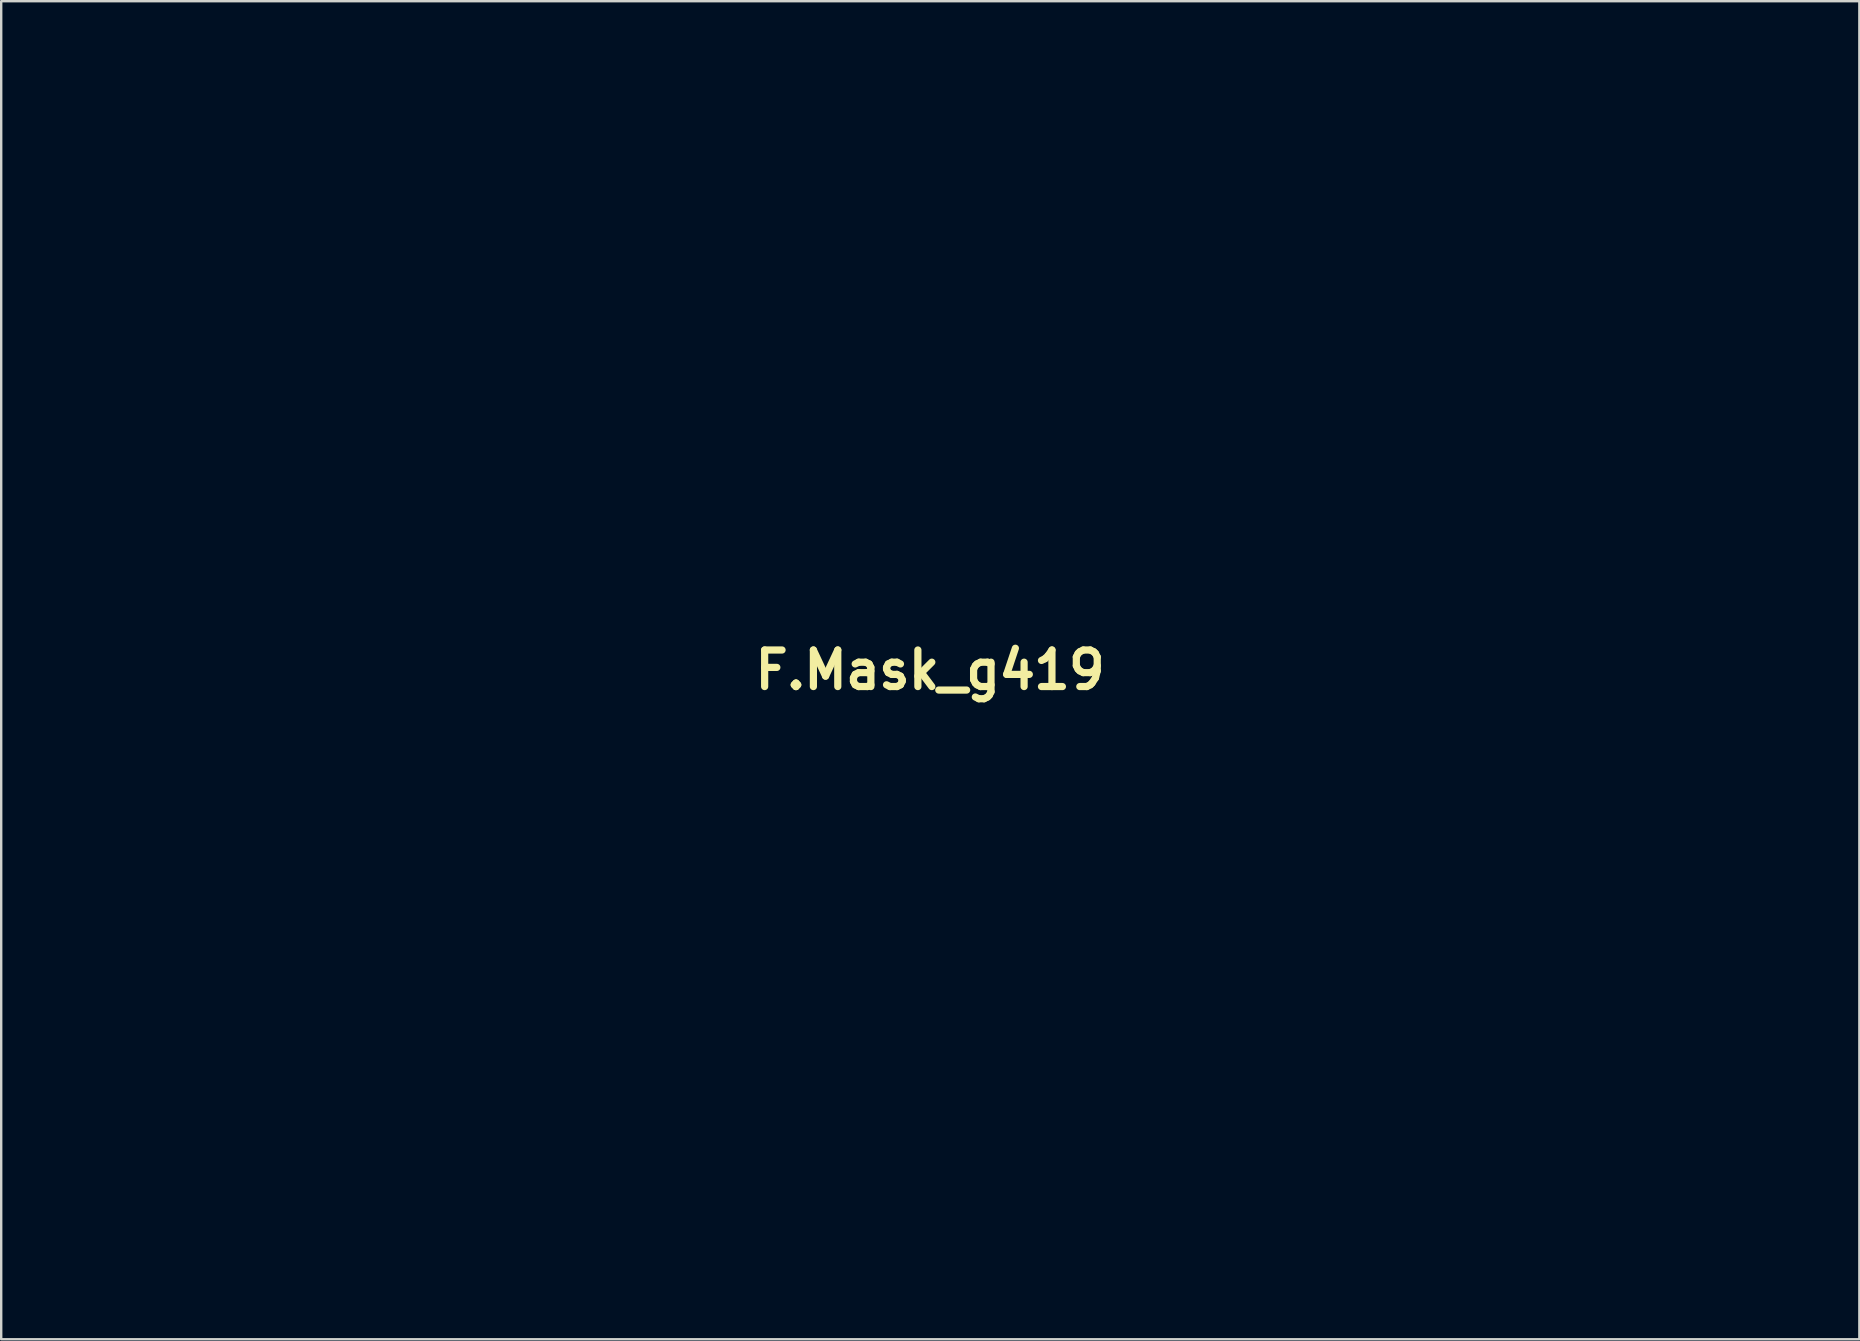
<source format=kicad_pcb>
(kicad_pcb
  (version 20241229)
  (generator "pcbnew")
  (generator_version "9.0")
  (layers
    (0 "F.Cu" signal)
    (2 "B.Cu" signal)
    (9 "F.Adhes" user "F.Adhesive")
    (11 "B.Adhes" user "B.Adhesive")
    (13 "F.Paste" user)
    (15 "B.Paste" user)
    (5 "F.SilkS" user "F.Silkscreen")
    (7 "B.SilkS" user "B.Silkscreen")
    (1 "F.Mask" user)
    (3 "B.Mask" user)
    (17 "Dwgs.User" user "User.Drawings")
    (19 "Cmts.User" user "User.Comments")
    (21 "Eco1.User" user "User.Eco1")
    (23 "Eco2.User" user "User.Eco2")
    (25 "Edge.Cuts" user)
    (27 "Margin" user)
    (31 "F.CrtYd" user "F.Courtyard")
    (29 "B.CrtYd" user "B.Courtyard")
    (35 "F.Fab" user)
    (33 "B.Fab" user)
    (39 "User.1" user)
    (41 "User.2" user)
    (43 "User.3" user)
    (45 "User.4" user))
  (footprint "F.Mask_g419"
    (layer "F.Cu")
    (at 35.713 24.875)
    (property "Reference" "F.Mask_g419" (at 0 0 0) (layer "F.SilkS") (effects (font (size 1.524 1.524) (thickness 0.3))))
    (attr through_hole)
    (fp_poly (pts (xy -8.273 -5.832) (xy -8.17 -5.796) (xy -8.08 -5.734) (xy -8.048 -5.699) (xy -7.99 -5.623) (xy -7.985 -4.566) (xy -7.983 -4.327) (xy -7.982 -4.126) (xy -7.982 -3.961) (xy -7.982 -3.826) (xy -7.983 -3.719) (xy -7.985 -3.635) (xy -7.988 -3.572) (xy -7.993 -3.524) (xy -7.998 -3.488) (xy -8.005 -3.462) (xy -8.013 -3.439) (xy -8.022 -3.421) (xy -8.078 -3.334) (xy -8.149 -3.278) (xy -8.244 -3.25) (xy -8.307 -3.243) (xy -8.393 -3.243) (xy -8.454 -3.255) (xy -8.504 -3.279) (xy -8.564 -3.329) (xy -8.613 -3.389) (xy -8.615 -3.392) (xy -8.624 -3.409) (xy -8.632 -3.428) (xy -8.639 -3.454) (xy -8.644 -3.49) (xy -8.648 -3.539) (xy -8.651 -3.606) (xy -8.654 -3.694) (xy -8.655 -3.806) (xy -8.656 -3.946) (xy -8.657 -4.119) (xy -8.657 -4.327) (xy -8.657 -4.532) (xy -8.657 -5.603) (xy -8.61 -5.673) (xy -8.527 -5.766) (xy -8.431 -5.821) (xy -8.376 -5.835) (xy -8.273 -5.832)) (stroke (width 0.01) (type solid)) (fill yes) (layer "F.Mask"))
    (fp_poly (pts (xy 17.867 -4.958) (xy 17.965 -4.91) (xy 18.039 -4.827) (xy 18.045 -4.817) (xy 18.096 -4.729) (xy 18.12 -3.094) (xy 18.124 -2.833) (xy 18.127 -2.583) (xy 18.13 -2.347) (xy 18.132 -2.129) (xy 18.133 -1.933) (xy 18.134 -1.761) (xy 18.134 -1.617) (xy 18.134 -1.505) (xy 18.133 -1.428) (xy 18.131 -1.389) (xy 18.131 -1.386) (xy 18.107 -1.321) (xy 18.068 -1.256) (xy 18.061 -1.247) (xy 17.97 -1.169) (xy 17.864 -1.13) (xy 17.748 -1.129) (xy 17.64 -1.162) (xy 17.554 -1.221) (xy 17.503 -1.283) (xy 17.452 -1.365) (xy 17.438 -2.307) (xy 17.433 -2.679) (xy 17.429 -3.011) (xy 17.425 -3.305) (xy 17.421 -3.564) (xy 17.419 -3.79) (xy 17.417 -3.985) (xy 17.416 -4.153) (xy 17.416 -4.295) (xy 17.416 -4.413) (xy 17.418 -4.51) (xy 17.42 -4.588) (xy 17.423 -4.651) (xy 17.427 -4.699) (xy 17.431 -4.736) (xy 17.437 -4.763) (xy 17.443 -4.784) (xy 17.45 -4.8) (xy 17.454 -4.806) (xy 17.53 -4.898) (xy 17.627 -4.955) (xy 17.743 -4.974) (xy 17.867 -4.958)) (stroke (width 0.01) (type solid)) (fill yes) (layer "F.Mask"))
    (fp_poly (pts (xy 19.058 -18.168) (xy 19.164 -18.121) (xy 19.25 -18.039) (xy 19.251 -18.038) (xy 19.26 -18.024) (xy 19.268 -18.007) (xy 19.275 -17.984) (xy 19.28 -17.95) (xy 19.285 -17.903) (xy 19.288 -17.839) (xy 19.291 -17.754) (xy 19.293 -17.645) (xy 19.295 -17.508) (xy 19.296 -17.34) (xy 19.298 -17.137) (xy 19.299 -16.895) (xy 19.299 -16.874) (xy 19.305 -15.766) (xy 19.258 -15.683) (xy 19.189 -15.6) (xy 19.095 -15.544) (xy 18.988 -15.519) (xy 18.877 -15.528) (xy 18.827 -15.545) (xy 18.751 -15.595) (xy 18.685 -15.669) (xy 18.643 -15.751) (xy 18.637 -15.775) (xy 18.635 -15.809) (xy 18.633 -15.881) (xy 18.631 -15.987) (xy 18.63 -16.122) (xy 18.63 -16.282) (xy 18.63 -16.463) (xy 18.63 -16.66) (xy 18.631 -16.869) (xy 18.631 -16.905) (xy 18.632 -17.145) (xy 18.634 -17.346) (xy 18.635 -17.511) (xy 18.637 -17.645) (xy 18.64 -17.752) (xy 18.642 -17.834) (xy 18.646 -17.896) (xy 18.651 -17.942) (xy 18.656 -17.973) (xy 18.663 -17.996) (xy 18.672 -18.012) (xy 18.681 -18.026) (xy 18.764 -18.112) (xy 18.86 -18.161) (xy 18.941 -18.177) (xy 19.058 -18.168)) (stroke (width 0.01) (type solid)) (fill yes) (layer "F.Mask"))
    (fp_poly (pts (xy -18.748 -5.599) (xy -18.729 -5.59) (xy -18.687 -5.568) (xy -18.651 -5.544) (xy -18.621 -5.515) (xy -18.596 -5.478) (xy -18.575 -5.429) (xy -18.559 -5.366) (xy -18.546 -5.285) (xy -18.536 -5.182) (xy -18.53 -5.056) (xy -18.526 -4.902) (xy -18.524 -4.717) (xy -18.524 -4.498) (xy -18.525 -4.243) (xy -18.526 -4.055) (xy -18.527 -3.823) (xy -18.528 -3.629) (xy -18.53 -3.47) (xy -18.532 -3.342) (xy -18.534 -3.242) (xy -18.537 -3.165) (xy -18.541 -3.108) (xy -18.546 -3.066) (xy -18.552 -3.037) (xy -18.56 -3.017) (xy -18.569 -3.001) (xy -18.575 -2.993) (xy -18.664 -2.904) (xy -18.768 -2.852) (xy -18.881 -2.84) (xy -18.996 -2.867) (xy -19.023 -2.879) (xy -19.092 -2.927) (xy -19.15 -2.987) (xy -19.161 -3.002) (xy -19.209 -3.08) (xy -19.209 -4.248) (xy -19.209 -4.5) (xy -19.209 -4.713) (xy -19.208 -4.89) (xy -19.207 -5.036) (xy -19.206 -5.153) (xy -19.204 -5.245) (xy -19.201 -5.316) (xy -19.197 -5.368) (xy -19.193 -5.406) (xy -19.187 -5.432) (xy -19.18 -5.451) (xy -19.171 -5.466) (xy -19.165 -5.474) (xy -19.076 -5.564) (xy -18.973 -5.615) (xy -18.862 -5.628) (xy -18.748 -5.599)) (stroke (width 0.01) (type solid)) (fill yes) (layer "F.Mask"))
    (fp_poly (pts (xy 10.049 -13.979) (xy 10.137 -13.921) (xy 10.204 -13.834) (xy 10.251 -13.746) (xy 10.215 -12.51) (xy 10.207 -12.249) (xy 10.2 -12.026) (xy 10.194 -11.838) (xy 10.188 -11.683) (xy 10.183 -11.557) (xy 10.178 -11.456) (xy 10.173 -11.377) (xy 10.167 -11.317) (xy 10.161 -11.273) (xy 10.154 -11.24) (xy 10.147 -11.215) (xy 10.139 -11.197) (xy 10.071 -11.109) (xy 9.978 -11.049) (xy 9.868 -11.023) (xy 9.76 -11.03) (xy 9.655 -11.073) (xy 9.569 -11.152) (xy 9.536 -11.202) (xy 9.528 -11.219) (xy 9.52 -11.237) (xy 9.515 -11.26) (xy 9.51 -11.291) (xy 9.507 -11.333) (xy 9.505 -11.39) (xy 9.505 -11.466) (xy 9.506 -11.563) (xy 9.508 -11.685) (xy 9.511 -11.836) (xy 9.516 -12.018) (xy 9.522 -12.236) (xy 9.529 -12.492) (xy 9.529 -12.516) (xy 9.537 -12.781) (xy 9.543 -13.006) (xy 9.549 -13.196) (xy 9.555 -13.353) (xy 9.56 -13.482) (xy 9.566 -13.584) (xy 9.571 -13.664) (xy 9.577 -13.725) (xy 9.583 -13.77) (xy 9.59 -13.802) (xy 9.597 -13.825) (xy 9.6 -13.831) (xy 9.663 -13.919) (xy 9.747 -13.978) (xy 9.846 -14.008) (xy 9.949 -14.008) (xy 10.049 -13.979)) (stroke (width 0.01) (type solid)) (fill yes) (layer "F.Mask"))
    (fp_poly (pts (xy -18.811 5.031) (xy -18.73 5.067) (xy -18.653 5.116) (xy -18.598 5.169) (xy -18.596 5.171) (xy -18.582 5.193) (xy -18.571 5.22) (xy -18.563 5.257) (xy -18.556 5.31) (xy -18.551 5.385) (xy -18.546 5.487) (xy -18.542 5.622) (xy -18.539 5.732) (xy -18.535 5.889) (xy -18.532 6.077) (xy -18.529 6.284) (xy -18.526 6.5) (xy -18.524 6.712) (xy -18.523 6.909) (xy -18.523 6.911) (xy -18.523 7.1) (xy -18.523 7.252) (xy -18.524 7.371) (xy -18.526 7.462) (xy -18.529 7.529) (xy -18.534 7.579) (xy -18.541 7.615) (xy -18.55 7.642) (xy -18.56 7.663) (xy -18.628 7.753) (xy -18.719 7.809) (xy -18.835 7.831) (xy -18.86 7.832) (xy -18.951 7.825) (xy -19.019 7.803) (xy -19.05 7.784) (xy -19.108 7.732) (xy -19.156 7.667) (xy -19.16 7.659) (xy -19.169 7.64) (xy -19.177 7.617) (xy -19.183 7.586) (xy -19.188 7.545) (xy -19.193 7.489) (xy -19.196 7.415) (xy -19.2 7.32) (xy -19.202 7.2) (xy -19.205 7.051) (xy -19.208 6.87) (xy -19.21 6.653) (xy -19.212 6.421) (xy -19.224 5.26) (xy -19.174 5.186) (xy -19.116 5.124) (xy -19.037 5.07) (xy -18.952 5.031) (xy -18.881 5.016) (xy -18.811 5.031)) (stroke (width 0.01) (type solid)) (fill yes) (layer "F.Mask"))
    (fp_poly (pts (xy 11.205 -5.002) (xy 11.301 -4.953) (xy 11.378 -4.871) (xy 11.43 -4.795) (xy 11.43 -3.133) (xy 11.43 -2.828) (xy 11.43 -2.562) (xy 11.429 -2.333) (xy 11.429 -2.138) (xy 11.428 -1.973) (xy 11.427 -1.837) (xy 11.425 -1.725) (xy 11.423 -1.636) (xy 11.42 -1.566) (xy 11.416 -1.512) (xy 11.412 -1.472) (xy 11.407 -1.443) (xy 11.401 -1.422) (xy 11.395 -1.405) (xy 11.391 -1.397) (xy 11.326 -1.319) (xy 11.235 -1.263) (xy 11.13 -1.235) (xy 11.022 -1.237) (xy 10.953 -1.257) (xy 10.877 -1.308) (xy 10.811 -1.382) (xy 10.769 -1.463) (xy 10.763 -1.488) (xy 10.761 -1.519) (xy 10.76 -1.59) (xy 10.758 -1.696) (xy 10.757 -1.834) (xy 10.756 -2.001) (xy 10.756 -2.193) (xy 10.756 -2.407) (xy 10.756 -2.639) (xy 10.756 -2.887) (xy 10.757 -3.145) (xy 10.757 -3.179) (xy 10.758 -3.479) (xy 10.759 -3.74) (xy 10.76 -3.965) (xy 10.762 -4.155) (xy 10.763 -4.315) (xy 10.765 -4.448) (xy 10.767 -4.555) (xy 10.769 -4.64) (xy 10.773 -4.706) (xy 10.776 -4.756) (xy 10.781 -4.792) (xy 10.786 -4.818) (xy 10.792 -4.836) (xy 10.799 -4.849) (xy 10.807 -4.861) (xy 10.808 -4.861) (xy 10.893 -4.947) (xy 10.993 -4.999) (xy 11.1 -5.017) (xy 11.205 -5.002)) (stroke (width 0.01) (type solid)) (fill yes) (layer "F.Mask"))
    (fp_poly (pts (xy -13.506 -6.257) (xy -13.469 -6.241) (xy -13.428 -6.222) (xy -13.394 -6.204) (xy -13.366 -6.185) (xy -13.342 -6.162) (xy -13.324 -6.129) (xy -13.309 -6.085) (xy -13.299 -6.026) (xy -13.291 -5.947) (xy -13.285 -5.845) (xy -13.282 -5.718) (xy -13.28 -5.56) (xy -13.278 -5.369) (xy -13.277 -5.142) (xy -13.276 -5.003) (xy -13.275 -4.752) (xy -13.274 -4.539) (xy -13.274 -4.361) (xy -13.275 -4.215) (xy -13.279 -4.097) (xy -13.284 -4.004) (xy -13.291 -3.931) (xy -13.302 -3.876) (xy -13.316 -3.835) (xy -13.333 -3.804) (xy -13.355 -3.78) (xy -13.381 -3.759) (xy -13.412 -3.738) (xy -13.417 -3.735) (xy -13.511 -3.693) (xy -13.62 -3.681) (xy -13.727 -3.696) (xy -13.803 -3.731) (xy -13.834 -3.752) (xy -13.861 -3.773) (xy -13.883 -3.796) (xy -13.901 -3.826) (xy -13.916 -3.865) (xy -13.927 -3.918) (xy -13.935 -3.988) (xy -13.941 -4.079) (xy -13.945 -4.194) (xy -13.947 -4.337) (xy -13.948 -4.512) (xy -13.949 -4.721) (xy -13.949 -4.969) (xy -13.949 -4.981) (xy -13.949 -5.227) (xy -13.949 -5.434) (xy -13.948 -5.606) (xy -13.946 -5.747) (xy -13.943 -5.861) (xy -13.938 -5.95) (xy -13.93 -6.019) (xy -13.921 -6.071) (xy -13.908 -6.11) (xy -13.892 -6.14) (xy -13.873 -6.164) (xy -13.85 -6.186) (xy -13.822 -6.209) (xy -13.726 -6.264) (xy -13.618 -6.28) (xy -13.506 -6.257)) (stroke (width 0.01) (type solid)) (fill yes) (layer "F.Mask"))
    (fp_poly (pts (xy 9.819 -18.69) (xy 9.901 -18.655) (xy 9.966 -18.589) (xy 10.007 -18.52) (xy 10.017 -18.499) (xy 10.026 -18.477) (xy 10.033 -18.452) (xy 10.039 -18.419) (xy 10.044 -18.375) (xy 10.048 -18.316) (xy 10.05 -18.238) (xy 10.052 -18.137) (xy 10.053 -18.011) (xy 10.054 -17.854) (xy 10.054 -17.665) (xy 10.054 -17.437) (xy 10.054 -17.346) (xy 10.054 -17.105) (xy 10.054 -16.902) (xy 10.053 -16.734) (xy 10.053 -16.597) (xy 10.051 -16.488) (xy 10.049 -16.402) (xy 10.045 -16.337) (xy 10.041 -16.287) (xy 10.036 -16.251) (xy 10.029 -16.223) (xy 10.021 -16.201) (xy 10.011 -16.18) (xy 10.007 -16.172) (xy 9.966 -16.106) (xy 9.919 -16.051) (xy 9.902 -16.037) (xy 9.831 -16.005) (xy 9.739 -15.989) (xy 9.643 -15.989) (xy 9.561 -16.007) (xy 9.555 -16.01) (xy 9.47 -16.071) (xy 9.405 -16.162) (xy 9.376 -16.237) (xy 9.371 -16.281) (xy 9.366 -16.365) (xy 9.363 -16.49) (xy 9.36 -16.653) (xy 9.359 -16.854) (xy 9.359 -17.092) (xy 9.36 -17.366) (xy 9.36 -17.393) (xy 9.362 -17.644) (xy 9.363 -17.855) (xy 9.365 -18.031) (xy 9.368 -18.176) (xy 9.372 -18.293) (xy 9.378 -18.385) (xy 9.386 -18.456) (xy 9.396 -18.51) (xy 9.41 -18.551) (xy 9.427 -18.581) (xy 9.447 -18.605) (xy 9.472 -18.625) (xy 9.502 -18.647) (xy 9.509 -18.651) (xy 9.563 -18.682) (xy 9.625 -18.697) (xy 9.709 -18.701) (xy 9.819 -18.69)) (stroke (width 0.01) (type solid)) (fill yes) (layer "F.Mask"))
    (fp_poly (pts (xy 19.077 -13.747) (xy 19.176 -13.711) (xy 19.221 -13.68) (xy 19.247 -13.658) (xy 19.27 -13.637) (xy 19.289 -13.614) (xy 19.304 -13.586) (xy 19.317 -13.549) (xy 19.327 -13.5) (xy 19.335 -13.435) (xy 19.34 -13.351) (xy 19.344 -13.244) (xy 19.347 -13.111) (xy 19.349 -12.948) (xy 19.35 -12.753) (xy 19.351 -12.521) (xy 19.352 -12.331) (xy 19.353 -12.079) (xy 19.354 -11.865) (xy 19.354 -11.687) (xy 19.354 -11.541) (xy 19.353 -11.423) (xy 19.351 -11.331) (xy 19.349 -11.26) (xy 19.345 -11.207) (xy 19.341 -11.169) (xy 19.335 -11.142) (xy 19.328 -11.123) (xy 19.32 -11.108) (xy 19.313 -11.098) (xy 19.26 -11.045) (xy 19.185 -10.996) (xy 19.105 -10.96) (xy 19.036 -10.945) (xy 19.03 -10.945) (xy 18.968 -10.953) (xy 18.915 -10.965) (xy 18.855 -10.993) (xy 18.802 -11.032) (xy 18.777 -11.056) (xy 18.755 -11.078) (xy 18.738 -11.103) (xy 18.723 -11.134) (xy 18.711 -11.174) (xy 18.702 -11.227) (xy 18.695 -11.297) (xy 18.689 -11.388) (xy 18.685 -11.502) (xy 18.681 -11.644) (xy 18.679 -11.817) (xy 18.676 -12.024) (xy 18.674 -12.27) (xy 18.674 -12.309) (xy 18.672 -12.524) (xy 18.671 -12.728) (xy 18.67 -12.917) (xy 18.67 -13.086) (xy 18.671 -13.232) (xy 18.672 -13.349) (xy 18.674 -13.435) (xy 18.677 -13.483) (xy 18.678 -13.491) (xy 18.716 -13.59) (xy 18.783 -13.668) (xy 18.872 -13.722) (xy 18.973 -13.749) (xy 19.077 -13.747)) (stroke (width 0.01) (type solid)) (fill yes) (layer "F.Mask"))
    (fp_poly (pts (xy -12.893 -7.49) (xy -11.904 -7.44) (xy -10.923 -7.349) (xy -9.952 -7.219) (xy -8.991 -7.048) (xy -8.044 -6.838) (xy -7.504 -6.699) (xy -7.262 -6.632) (xy -7.045 -6.57) (xy -6.855 -6.514) (xy -6.695 -6.464) (xy -6.569 -6.421) (xy -6.477 -6.386) (xy -6.424 -6.361) (xy -6.418 -6.357) (xy -6.344 -6.277) (xy -6.301 -6.179) (xy -6.289 -6.073) (xy -6.309 -5.968) (xy -6.359 -5.874) (xy -6.432 -5.806) (xy -6.479 -5.777) (xy -6.524 -5.757) (xy -6.573 -5.747) (xy -6.632 -5.748) (xy -6.707 -5.76) (xy -6.805 -5.783) (xy -6.931 -5.818) (xy -7.074 -5.86) (xy -8.026 -6.122) (xy -8.982 -6.342) (xy -9.943 -6.521) (xy -10.91 -6.658) (xy -11.882 -6.753) (xy -12.861 -6.806) (xy -13.846 -6.818) (xy -14.84 -6.788) (xy -15.84 -6.717) (xy -16.351 -6.665) (xy -16.996 -6.584) (xy -17.638 -6.485) (xy -18.273 -6.37) (xy -18.894 -6.24) (xy -19.494 -6.096) (xy -20.066 -5.94) (xy -20.604 -5.773) (xy -20.679 -5.748) (xy -20.828 -5.7) (xy -20.944 -5.67) (xy -21.035 -5.656) (xy -21.108 -5.658) (xy -21.168 -5.675) (xy -21.2 -5.692) (xy -21.293 -5.769) (xy -21.353 -5.864) (xy -21.377 -5.969) (xy -21.365 -6.075) (xy -21.317 -6.176) (xy -21.276 -6.224) (xy -21.244 -6.253) (xy -21.206 -6.279) (xy -21.155 -6.306) (xy -21.086 -6.334) (xy -20.991 -6.369) (xy -20.865 -6.411) (xy -20.807 -6.43) (xy -20.249 -6.602) (xy -19.658 -6.763) (xy -19.041 -6.911) (xy -18.405 -7.045) (xy -17.759 -7.162) (xy -17.109 -7.262) (xy -16.902 -7.29) (xy -15.895 -7.401) (xy -14.89 -7.471) (xy -13.889 -7.501) (xy -12.893 -7.49)) (stroke (width 0.01) (type solid)) (fill yes) (layer "F.Mask"))
    (fp_poly (pts (xy -6.218 8.946) (xy -6.133 8.956) (xy -6.079 8.979) (xy -6.048 9.017) (xy -6.035 9.073) (xy -6.032 9.127) (xy -6.037 9.197) (xy -6.051 9.274) (xy -6.078 9.361) (xy -6.117 9.463) (xy -6.172 9.583) (xy -6.245 9.727) (xy -6.336 9.897) (xy -6.447 10.099) (xy -6.464 10.128) (xy -6.586 10.359) (xy -6.679 10.572) (xy -6.747 10.778) (xy -6.794 10.987) (xy -6.821 11.212) (xy -6.831 11.391) (xy -6.832 11.684) (xy -6.817 11.963) (xy -6.785 12.223) (xy -6.738 12.459) (xy -6.677 12.664) (xy -6.625 12.788) (xy -6.575 12.9) (xy -6.549 12.984) (xy -6.545 13.048) (xy -6.564 13.1) (xy -6.591 13.133) (xy -6.628 13.164) (xy -6.678 13.189) (xy -6.748 13.211) (xy -6.843 13.232) (xy -6.972 13.254) (xy -7.02 13.261) (xy -7.167 13.28) (xy -7.29 13.288) (xy -7.403 13.286) (xy -7.522 13.272) (xy -7.527 13.272) (xy -7.671 13.242) (xy -7.775 13.202) (xy -7.833 13.159) (xy -7.866 13.106) (xy -7.901 13.017) (xy -7.937 12.9) (xy -7.972 12.761) (xy -8.004 12.608) (xy -8.033 12.448) (xy -8.056 12.287) (xy -8.072 12.132) (xy -8.077 12.06) (xy -8.079 11.815) (xy -8.057 11.558) (xy -8.011 11.285) (xy -7.94 10.994) (xy -7.844 10.679) (xy -7.72 10.337) (xy -7.682 10.24) (xy -7.575 9.985) (xy -7.468 9.767) (xy -7.359 9.582) (xy -7.244 9.425) (xy -7.119 9.293) (xy -6.98 9.179) (xy -6.825 9.081) (xy -6.733 9.032) (xy -6.65 8.992) (xy -6.588 8.966) (xy -6.531 8.951) (xy -6.466 8.945) (xy -6.379 8.943) (xy -6.338 8.943) (xy -6.218 8.946)) (stroke (width 0.01) (type solid)) (fill yes) (layer "F.Mask"))
    (fp_poly (pts (xy 12.927 -10.525) (xy 13.878 -10.491) (xy 14.849 -10.427) (xy 15.6 -10.36) (xy 15.858 -10.333) (xy 16.13 -10.302) (xy 16.412 -10.267) (xy 16.701 -10.23) (xy 16.995 -10.191) (xy 17.288 -10.15) (xy 17.579 -10.108) (xy 17.864 -10.066) (xy 18.139 -10.023) (xy 18.402 -9.98) (xy 18.648 -9.939) (xy 18.875 -9.899) (xy 19.078 -9.861) (xy 19.256 -9.825) (xy 19.404 -9.793) (xy 19.52 -9.764) (xy 19.599 -9.739) (xy 19.633 -9.723) (xy 19.694 -9.662) (xy 19.741 -9.576) (xy 19.767 -9.479) (xy 19.77 -9.439) (xy 19.751 -9.335) (xy 19.701 -9.24) (xy 19.627 -9.165) (xy 19.537 -9.116) (xy 19.455 -9.102) (xy 19.418 -9.105) (xy 19.346 -9.116) (xy 19.243 -9.132) (xy 19.116 -9.154) (xy 18.97 -9.179) (xy 18.812 -9.207) (xy 18.76 -9.217) (xy 17.767 -9.386) (xy 16.801 -9.529) (xy 15.858 -9.644) (xy 14.933 -9.732) (xy 14.021 -9.795) (xy 13.119 -9.831) (xy 12.276 -9.842) (xy 11.584 -9.835) (xy 10.926 -9.814) (xy 10.294 -9.777) (xy 9.682 -9.724) (xy 9.083 -9.655) (xy 8.49 -9.569) (xy 8.033 -9.491) (xy 7.589 -9.404) (xy 7.153 -9.307) (xy 6.731 -9.2) (xy 6.326 -9.086) (xy 5.946 -8.966) (xy 5.593 -8.841) (xy 5.274 -8.713) (xy 5.034 -8.603) (xy 4.897 -8.544) (xy 4.785 -8.513) (xy 4.691 -8.51) (xy 4.609 -8.534) (xy 4.581 -8.549) (xy 4.489 -8.626) (xy 4.43 -8.721) (xy 4.405 -8.826) (xy 4.414 -8.933) (xy 4.461 -9.034) (xy 4.481 -9.06) (xy 4.541 -9.113) (xy 4.639 -9.174) (xy 4.771 -9.243) (xy 4.932 -9.317) (xy 5.118 -9.395) (xy 5.327 -9.476) (xy 5.554 -9.558) (xy 5.795 -9.64) (xy 6.046 -9.72) (xy 6.303 -9.798) (xy 6.564 -9.87) (xy 6.822 -9.938) (xy 6.943 -9.967) (xy 7.715 -10.132) (xy 8.517 -10.269) (xy 9.348 -10.377) (xy 10.205 -10.457) (xy 11.089 -10.508) (xy 11.996 -10.531) (xy 12.927 -10.525)) (stroke (width 0.01) (type solid)) (fill yes) (layer "F.Mask"))
    (fp_poly (pts (xy 18.309 -9.251) (xy 18.354 -9.224) (xy 18.397 -9.182) (xy 18.437 -9.13) (xy 18.454 -9.073) (xy 18.457 -9.016) (xy 18.452 -8.947) (xy 18.433 -8.891) (xy 18.395 -8.842) (xy 18.333 -8.796) (xy 18.242 -8.749) (xy 18.117 -8.696) (xy 18.081 -8.681) (xy 17.629 -8.519) (xy 17.143 -8.374) (xy 16.622 -8.246) (xy 16.065 -8.136) (xy 15.472 -8.041) (xy 14.841 -7.964) (xy 14.173 -7.903) (xy 13.466 -7.858) (xy 13.356 -7.853) (xy 13.211 -7.848) (xy 13.029 -7.843) (xy 12.819 -7.84) (xy 12.586 -7.838) (xy 12.338 -7.836) (xy 12.08 -7.836) (xy 11.82 -7.836) (xy 11.564 -7.837) (xy 11.319 -7.84) (xy 11.091 -7.843) (xy 10.887 -7.847) (xy 10.714 -7.853) (xy 10.668 -7.854) (xy 9.819 -7.898) (xy 8.958 -7.96) (xy 8.149 -8.034) (xy 7.905 -8.059) (xy 7.658 -8.085) (xy 7.412 -8.113) (xy 7.172 -8.141) (xy 6.941 -8.169) (xy 6.723 -8.196) (xy 6.523 -8.223) (xy 6.344 -8.248) (xy 6.191 -8.27) (xy 6.067 -8.291) (xy 5.977 -8.308) (xy 5.924 -8.321) (xy 5.921 -8.322) (xy 5.841 -8.373) (xy 5.794 -8.452) (xy 5.779 -8.556) (xy 5.783 -8.627) (xy 5.802 -8.676) (xy 5.843 -8.726) (xy 5.85 -8.733) (xy 5.879 -8.76) (xy 5.908 -8.781) (xy 5.942 -8.795) (xy 5.986 -8.802) (xy 6.047 -8.802) (xy 6.128 -8.796) (xy 6.236 -8.784) (xy 6.375 -8.765) (xy 6.539 -8.742) (xy 6.68 -8.723) (xy 6.853 -8.7) (xy 7.046 -8.676) (xy 7.249 -8.651) (xy 7.452 -8.627) (xy 7.643 -8.605) (xy 7.645 -8.605) (xy 8.51 -8.517) (xy 9.353 -8.446) (xy 10.173 -8.394) (xy 10.971 -8.36) (xy 11.743 -8.343) (xy 12.49 -8.344) (xy 13.209 -8.363) (xy 13.9 -8.399) (xy 14.561 -8.453) (xy 15.191 -8.524) (xy 15.788 -8.613) (xy 16.352 -8.719) (xy 16.881 -8.842) (xy 17.373 -8.983) (xy 17.829 -9.14) (xy 17.848 -9.148) (xy 17.992 -9.202) (xy 18.104 -9.238) (xy 18.19 -9.259) (xy 18.256 -9.263) (xy 18.309 -9.251)) (stroke (width 0.01) (type solid)) (fill yes) (layer "F.Mask"))
    (fp_poly (pts (xy 30.86 -15.547) (xy 31.501 -15.529) (xy 32.112 -15.5) (xy 32.687 -15.462) (xy 32.703 -15.461) (xy 33.179 -15.419) (xy 33.614 -15.37) (xy 34.01 -15.314) (xy 34.364 -15.253) (xy 34.678 -15.184) (xy 34.951 -15.109) (xy 35.183 -15.028) (xy 35.373 -14.94) (xy 35.522 -14.846) (xy 35.629 -14.746) (xy 35.654 -14.712) (xy 35.695 -14.641) (xy 35.717 -14.566) (xy 35.725 -14.49) (xy 35.721 -14.369) (xy 35.687 -14.266) (xy 35.619 -14.17) (xy 35.55 -14.102) (xy 35.416 -14.003) (xy 35.242 -13.906) (xy 35.028 -13.811) (xy 34.777 -13.718) (xy 34.49 -13.627) (xy 34.169 -13.539) (xy 33.816 -13.454) (xy 33.431 -13.371) (xy 33.017 -13.293) (xy 32.575 -13.217) (xy 32.107 -13.146) (xy 31.614 -13.079) (xy 31.098 -13.016) (xy 30.561 -12.958) (xy 30.004 -12.905) (xy 29.429 -12.857) (xy 28.837 -12.815) (xy 28.231 -12.778) (xy 27.611 -12.747) (xy 26.979 -12.722) (xy 26.945 -12.721) (xy 26.749 -12.716) (xy 26.52 -12.711) (xy 26.263 -12.708) (xy 25.987 -12.706) (xy 25.698 -12.704) (xy 25.402 -12.704) (xy 25.107 -12.705) (xy 24.82 -12.706) (xy 24.548 -12.709) (xy 24.297 -12.713) (xy 24.075 -12.717) (xy 23.888 -12.723) (xy 23.887 -12.723) (xy 23.377 -12.745) (xy 22.894 -12.775) (xy 22.439 -12.81) (xy 22.014 -12.853) (xy 21.62 -12.901) (xy 21.258 -12.956) (xy 20.931 -13.016) (xy 20.64 -13.081) (xy 20.386 -13.152) (xy 20.172 -13.227) (xy 20.019 -13.297) (xy 19.86 -13.394) (xy 19.741 -13.5) (xy 19.661 -13.613) (xy 19.622 -13.733) (xy 19.624 -13.859) (xy 19.666 -13.984) (xy 19.736 -14.086) (xy 19.848 -14.187) (xy 20 -14.286) (xy 20.192 -14.384) (xy 20.421 -14.479) (xy 20.688 -14.573) (xy 20.991 -14.664) (xy 21.329 -14.753) (xy 21.702 -14.838) (xy 22.108 -14.921) (xy 22.545 -15) (xy 23.014 -15.075) (xy 23.513 -15.147) (xy 24.041 -15.214) (xy 24.598 -15.277) (xy 25.181 -15.336) (xy 25.284 -15.345) (xy 25.975 -15.403) (xy 26.678 -15.452) (xy 27.388 -15.492) (xy 28.101 -15.522) (xy 28.809 -15.543) (xy 29.509 -15.554) (xy 30.194 -15.555) (xy 30.86 -15.547)) (stroke (width 0.01) (type solid)) (fill yes) (layer "F.Mask"))
    (fp_poly (pts (xy 5.35 -6.417) (xy 5.464 -6.415) (xy 5.604 -6.412) (xy 5.772 -6.408) (xy 5.972 -6.402) (xy 6.207 -6.395) (xy 6.48 -6.387) (xy 6.657 -6.382) (xy 7.525 -6.356) (xy 8.354 -6.333) (xy 9.146 -6.311) (xy 9.903 -6.292) (xy 10.629 -6.275) (xy 11.325 -6.259) (xy 11.994 -6.246) (xy 12.639 -6.234) (xy 13.263 -6.225) (xy 13.868 -6.217) (xy 14.456 -6.21) (xy 15.03 -6.206) (xy 15.594 -6.203) (xy 16.148 -6.201) (xy 16.415 -6.201) (xy 16.949 -6.202) (xy 17.442 -6.204) (xy 17.893 -6.207) (xy 18.303 -6.212) (xy 18.672 -6.219) (xy 19.001 -6.226) (xy 19.29 -6.236) (xy 19.54 -6.246) (xy 19.75 -6.258) (xy 19.922 -6.272) (xy 20.056 -6.287) (xy 20.151 -6.304) (xy 20.172 -6.309) (xy 20.304 -6.327) (xy 20.422 -6.311) (xy 20.521 -6.262) (xy 20.595 -6.185) (xy 20.641 -6.082) (xy 20.652 -6.018) (xy 20.645 -5.899) (xy 20.6 -5.8) (xy 20.517 -5.721) (xy 20.398 -5.662) (xy 20.241 -5.623) (xy 20.222 -5.62) (xy 20.068 -5.601) (xy 19.873 -5.583) (xy 19.639 -5.568) (xy 19.366 -5.554) (xy 19.057 -5.542) (xy 18.712 -5.532) (xy 18.334 -5.523) (xy 17.922 -5.516) (xy 17.48 -5.512) (xy 17.008 -5.509) (xy 16.507 -5.507) (xy 15.98 -5.508) (xy 15.427 -5.511) (xy 14.849 -5.516) (xy 14.249 -5.522) (xy 13.928 -5.527) (xy 13.573 -5.532) (xy 13.182 -5.538) (xy 12.761 -5.546) (xy 12.315 -5.555) (xy 11.85 -5.564) (xy 11.372 -5.574) (xy 10.887 -5.585) (xy 10.401 -5.596) (xy 9.92 -5.607) (xy 9.45 -5.619) (xy 8.996 -5.631) (xy 8.604 -5.641) (xy 8.126 -5.654) (xy 7.688 -5.666) (xy 7.29 -5.678) (xy 6.93 -5.688) (xy 6.607 -5.697) (xy 6.319 -5.705) (xy 6.066 -5.713) (xy 5.846 -5.72) (xy 5.657 -5.726) (xy 5.498 -5.731) (xy 5.368 -5.736) (xy 5.265 -5.74) (xy 5.188 -5.743) (xy 5.136 -5.746) (xy 5.107 -5.749) (xy 5.107 -5.749) (xy 5.002 -5.78) (xy 4.92 -5.84) (xy 4.863 -5.921) (xy 4.831 -6.016) (xy 4.827 -6.117) (xy 4.851 -6.216) (xy 4.905 -6.305) (xy 4.99 -6.377) (xy 4.995 -6.38) (xy 5.011 -6.39) (xy 5.025 -6.397) (xy 5.041 -6.404) (xy 5.063 -6.409) (xy 5.092 -6.413) (xy 5.133 -6.416) (xy 5.187 -6.418) (xy 5.258 -6.418) (xy 5.35 -6.417)) (stroke (width 0.01) (type solid)) (fill yes) (layer "F.Mask"))
    (fp_poly (pts (xy 0.349 0.795) (xy 0.593 0.799) (xy 0.831 0.81) (xy 1.056 0.827) (xy 1.264 0.849) (xy 1.45 0.876) (xy 1.607 0.907) (xy 1.731 0.942) (xy 1.79 0.965) (xy 1.901 1.04) (xy 1.996 1.148) (xy 2.074 1.282) (xy 2.131 1.435) (xy 2.163 1.599) (xy 2.169 1.768) (xy 2.161 1.848) (xy 2.135 1.971) (xy 2.098 2.053) (xy 2.053 2.094) (xy 2.001 2.095) (xy 1.943 2.054) (xy 1.882 1.972) (xy 1.829 1.874) (xy 1.765 1.76) (xy 1.687 1.665) (xy 1.603 1.591) (xy 1.517 1.541) (xy 1.434 1.517) (xy 1.361 1.522) (xy 1.301 1.559) (xy 1.276 1.595) (xy 1.259 1.643) (xy 1.246 1.714) (xy 1.237 1.815) (xy 1.232 1.932) (xy 1.237 2.251) (xy 1.273 2.564) (xy 1.337 2.864) (xy 1.43 3.147) (xy 1.548 3.405) (xy 1.681 3.619) (xy 1.724 3.681) (xy 1.759 3.736) (xy 1.786 3.791) (xy 1.808 3.85) (xy 1.824 3.92) (xy 1.836 4.005) (xy 1.844 4.11) (xy 1.85 4.241) (xy 1.854 4.402) (xy 1.857 4.6) (xy 1.857 4.637) (xy 1.867 5.305) (xy 1.627 5.534) (xy 1.499 5.655) (xy 1.397 5.747) (xy 1.316 5.813) (xy 1.254 5.856) (xy 1.204 5.877) (xy 1.165 5.88) (xy 1.132 5.866) (xy 1.105 5.841) (xy 1.073 5.814) (xy 1.031 5.793) (xy 0.974 5.776) (xy 0.894 5.762) (xy 0.788 5.751) (xy 0.647 5.741) (xy 0.55 5.736) (xy 0.423 5.728) (xy 0.304 5.719) (xy 0.202 5.709) (xy 0.128 5.699) (xy 0.095 5.692) (xy -0.011 5.654) (xy -0.108 5.602) (xy -0.199 5.53) (xy -0.29 5.436) (xy -0.383 5.315) (xy -0.483 5.163) (xy -0.592 4.977) (xy -0.73 4.755) (xy -0.87 4.575) (xy -1.01 4.437) (xy -1.099 4.372) (xy -1.228 4.277) (xy -1.32 4.18) (xy -1.379 4.071) (xy -1.41 3.942) (xy -1.419 3.805) (xy -1.422 3.708) (xy -1.434 3.626) (xy -1.458 3.549) (xy -1.499 3.469) (xy -1.56 3.376) (xy -1.63 3.279) (xy -1.708 3.172) (xy -1.762 3.087) (xy -1.796 3.016) (xy -1.813 2.95) (xy -1.817 2.88) (xy -1.814 2.812) (xy -1.786 2.663) (xy -1.727 2.494) (xy -1.641 2.309) (xy -1.53 2.113) (xy -1.397 1.911) (xy -1.246 1.708) (xy -1.078 1.509) (xy -0.921 1.342) (xy -0.78 1.205) (xy -0.655 1.095) (xy -0.537 1.006) (xy -0.418 0.932) (xy -0.3 0.871) (xy -0.138 0.794) (xy 0.349 0.795)) (stroke (width 0.01) (type solid)) (fill yes) (layer "F.Mask"))
    (fp_poly (pts (xy -25.9 -17.861) (xy -25.2 -17.854) (xy -24.492 -17.843) (xy -23.777 -17.828) (xy -23.056 -17.809) (xy -22.332 -17.787) (xy -21.607 -17.76) (xy -20.881 -17.729) (xy -20.158 -17.695) (xy -19.939 -17.684) (xy -19.288 -17.647) (xy -18.66 -17.608) (xy -18.057 -17.567) (xy -17.48 -17.522) (xy -16.93 -17.476) (xy -16.407 -17.427) (xy -15.914 -17.376) (xy -15.451 -17.323) (xy -15.019 -17.268) (xy -14.619 -17.212) (xy -14.252 -17.154) (xy -13.921 -17.095) (xy -13.624 -17.034) (xy -13.365 -16.973) (xy -13.143 -16.91) (xy -12.96 -16.847) (xy -12.817 -16.783) (xy -12.715 -16.719) (xy -12.705 -16.711) (xy -12.626 -16.62) (xy -12.586 -16.52) (xy -12.585 -16.417) (xy -12.622 -16.313) (xy -12.696 -16.213) (xy -12.806 -16.122) (xy -12.819 -16.113) (xy -12.936 -16.051) (xy -13.088 -15.992) (xy -13.277 -15.936) (xy -13.502 -15.883) (xy -13.764 -15.833) (xy -14.064 -15.785) (xy -14.401 -15.741) (xy -14.778 -15.699) (xy -15.193 -15.66) (xy -15.648 -15.623) (xy -16.143 -15.589) (xy -16.679 -15.558) (xy -17.255 -15.529) (xy -17.874 -15.502) (xy -18.129 -15.492) (xy -18.251 -15.489) (xy -18.411 -15.485) (xy -18.606 -15.482) (xy -18.832 -15.479) (xy -19.087 -15.476) (xy -19.365 -15.473) (xy -19.664 -15.471) (xy -19.981 -15.468) (xy -20.31 -15.467) (xy -20.65 -15.465) (xy -20.995 -15.464) (xy -21.343 -15.463) (xy -21.69 -15.462) (xy -22.033 -15.461) (xy -22.367 -15.461) (xy -22.689 -15.462) (xy -22.995 -15.462) (xy -23.282 -15.463) (xy -23.546 -15.465) (xy -23.784 -15.466) (xy -23.992 -15.469) (xy -24.166 -15.471) (xy -24.268 -15.473) (xy -25.028 -15.493) (xy -25.774 -15.516) (xy -26.504 -15.543) (xy -27.216 -15.573) (xy -27.909 -15.605) (xy -28.581 -15.641) (xy -29.232 -15.679) (xy -29.859 -15.72) (xy -30.462 -15.763) (xy -31.039 -15.809) (xy -31.588 -15.857) (xy -32.108 -15.907) (xy -32.598 -15.96) (xy -33.057 -16.014) (xy -33.482 -16.07) (xy -33.873 -16.127) (xy -34.229 -16.186) (xy -34.547 -16.247) (xy -34.826 -16.309) (xy -35.065 -16.372) (xy -35.201 -16.414) (xy -35.372 -16.477) (xy -35.503 -16.539) (xy -35.599 -16.604) (xy -35.663 -16.673) (xy -35.698 -16.75) (xy -35.708 -16.83) (xy -35.699 -16.928) (xy -35.666 -17.01) (xy -35.605 -17.089) (xy -35.559 -17.133) (xy -35.477 -17.196) (xy -35.378 -17.251) (xy -35.255 -17.302) (xy -35.1 -17.35) (xy -34.997 -17.378) (xy -34.756 -17.434) (xy -34.474 -17.486) (xy -34.153 -17.535) (xy -33.795 -17.581) (xy -33.403 -17.623) (xy -32.977 -17.662) (xy -32.519 -17.698) (xy -32.031 -17.73) (xy -31.515 -17.759) (xy -30.973 -17.785) (xy -30.407 -17.807) (xy -29.817 -17.825) (xy -29.207 -17.84) (xy -28.577 -17.852) (xy -27.93 -17.86) (xy -27.266 -17.864) (xy -26.589 -17.864) (xy -25.9 -17.861)) (stroke (width 0.01) (type solid)) (fill yes) (layer "F.Mask"))
    (fp_poly (pts (xy 28.94 -24.869) (xy 29.272 -24.868) (xy 29.59 -24.866) (xy 29.889 -24.864) (xy 30.165 -24.862) (xy 30.413 -24.858) (xy 30.629 -24.854) (xy 30.807 -24.85) (xy 30.819 -24.85) (xy 31.399 -24.83) (xy 31.937 -24.807) (xy 32.434 -24.78) (xy 32.889 -24.75) (xy 33.303 -24.717) (xy 33.677 -24.68) (xy 34.009 -24.64) (xy 34.302 -24.596) (xy 34.554 -24.548) (xy 34.767 -24.497) (xy 34.94 -24.442) (xy 35.059 -24.392) (xy 35.172 -24.323) (xy 35.267 -24.242) (xy 35.333 -24.158) (xy 35.34 -24.147) (xy 35.367 -24.055) (xy 35.365 -23.953) (xy 35.336 -23.857) (xy 35.321 -23.832) (xy 35.254 -23.762) (xy 35.145 -23.694) (xy 34.994 -23.625) (xy 34.803 -23.556) (xy 34.57 -23.488) (xy 34.298 -23.421) (xy 33.986 -23.354) (xy 33.634 -23.288) (xy 33.243 -23.222) (xy 32.814 -23.158) (xy 32.347 -23.094) (xy 31.842 -23.031) (xy 31.3 -22.97) (xy 30.977 -22.935) (xy 30.125 -22.852) (xy 29.234 -22.774) (xy 28.309 -22.702) (xy 27.352 -22.636) (xy 26.368 -22.577) (xy 25.359 -22.524) (xy 24.331 -22.477) (xy 23.285 -22.438) (xy 22.226 -22.406) (xy 21.759 -22.394) (xy 21.582 -22.391) (xy 21.37 -22.387) (xy 21.128 -22.385) (xy 20.86 -22.382) (xy 20.57 -22.381) (xy 20.262 -22.379) (xy 19.942 -22.378) (xy 19.612 -22.377) (xy 19.278 -22.377) (xy 18.944 -22.377) (xy 18.614 -22.378) (xy 18.292 -22.379) (xy 17.983 -22.38) (xy 17.691 -22.382) (xy 17.42 -22.384) (xy 17.175 -22.386) (xy 16.96 -22.389) (xy 16.778 -22.393) (xy 16.648 -22.396) (xy 16.079 -22.416) (xy 15.55 -22.44) (xy 15.06 -22.468) (xy 14.61 -22.5) (xy 14.199 -22.536) (xy 13.828 -22.575) (xy 13.498 -22.619) (xy 13.209 -22.666) (xy 12.96 -22.717) (xy 12.753 -22.772) (xy 12.587 -22.831) (xy 12.463 -22.893) (xy 12.437 -22.911) (xy 12.33 -23.005) (xy 12.26 -23.107) (xy 12.229 -23.213) (xy 12.237 -23.319) (xy 12.286 -23.421) (xy 12.3 -23.44) (xy 12.339 -23.474) (xy 12.404 -23.518) (xy 12.485 -23.563) (xy 12.517 -23.579) (xy 12.676 -23.645) (xy 12.876 -23.712) (xy 13.116 -23.778) (xy 13.394 -23.843) (xy 13.709 -23.908) (xy 14.058 -23.971) (xy 14.442 -24.034) (xy 14.857 -24.096) (xy 15.304 -24.156) (xy 15.78 -24.215) (xy 16.284 -24.273) (xy 16.815 -24.328) (xy 17.37 -24.382) (xy 17.95 -24.434) (xy 18.552 -24.484) (xy 19.174 -24.532) (xy 19.816 -24.578) (xy 20.476 -24.62) (xy 21.153 -24.661) (xy 21.845 -24.698) (xy 22.55 -24.733) (xy 23.268 -24.764) (xy 23.996 -24.793) (xy 24.734 -24.818) (xy 25.48 -24.84) (xy 25.887 -24.85) (xy 26.1 -24.854) (xy 26.346 -24.858) (xy 26.621 -24.861) (xy 26.919 -24.864) (xy 27.236 -24.866) (xy 27.567 -24.868) (xy 27.908 -24.869) (xy 28.253 -24.87) (xy 28.599 -24.87) (xy 28.94 -24.869)) (stroke (width 0.01) (type solid)) (fill yes) (layer "F.Mask"))
    (fp_poly (pts (xy 2.286 5.1) (xy 2.36 5.156) (xy 2.42 5.245) (xy 2.464 5.362) (xy 2.489 5.501) (xy 2.495 5.659) (xy 2.493 5.691) (xy 2.484 5.783) (xy 2.463 5.868) (xy 2.429 5.955) (xy 2.376 6.05) (xy 2.303 6.159) (xy 2.205 6.29) (xy 2.166 6.34) (xy 2.093 6.436) (xy 2.025 6.532) (xy 1.969 6.617) (xy 1.932 6.682) (xy 1.928 6.689) (xy 1.91 6.728) (xy 1.897 6.765) (xy 1.887 6.804) (xy 1.88 6.853) (xy 1.876 6.919) (xy 1.874 7.008) (xy 1.874 7.127) (xy 1.874 7.26) (xy 1.877 7.535) (xy 1.888 7.792) (xy 1.906 8.046) (xy 1.933 8.311) (xy 1.97 8.599) (xy 1.98 8.668) (xy 2.011 8.877) (xy 2.049 9.112) (xy 2.093 9.368) (xy 2.141 9.642) (xy 2.193 9.927) (xy 2.248 10.221) (xy 2.306 10.519) (xy 2.364 10.816) (xy 2.423 11.108) (xy 2.482 11.391) (xy 2.539 11.66) (xy 2.593 11.91) (xy 2.645 12.138) (xy 2.692 12.339) (xy 2.735 12.508) (xy 2.772 12.642) (xy 2.783 12.678) (xy 2.844 12.899) (xy 2.881 13.092) (xy 2.895 13.256) (xy 2.885 13.389) (xy 2.85 13.49) (xy 2.793 13.559) (xy 2.73 13.589) (xy 2.621 13.611) (xy 2.48 13.628) (xy 2.314 13.64) (xy 2.132 13.647) (xy 1.942 13.648) (xy 1.754 13.644) (xy 1.576 13.634) (xy 1.517 13.629) (xy 1.382 13.613) (xy 1.283 13.596) (xy 1.21 13.573) (xy 1.156 13.543) (xy 1.113 13.502) (xy 1.11 13.499) (xy 1.052 13.43) (xy 1.071 13.123) (xy 1.08 12.955) (xy 1.084 12.804) (xy 1.084 12.663) (xy 1.079 12.526) (xy 1.067 12.388) (xy 1.048 12.241) (xy 1.021 12.079) (xy 0.987 11.897) (xy 0.943 11.687) (xy 0.889 11.444) (xy 0.877 11.393) (xy 0.812 11.1) (xy 0.756 10.844) (xy 0.709 10.621) (xy 0.671 10.425) (xy 0.639 10.253) (xy 0.615 10.101) (xy 0.597 9.964) (xy 0.584 9.837) (xy 0.575 9.716) (xy 0.571 9.598) (xy 0.57 9.498) (xy 0.573 9.339) (xy 0.584 9.187) (xy 0.603 9.038) (xy 0.633 8.886) (xy 0.674 8.726) (xy 0.728 8.555) (xy 0.797 8.367) (xy 0.881 8.156) (xy 0.983 7.92) (xy 1.103 7.652) (xy 1.132 7.588) (xy 1.227 7.381) (xy 1.304 7.207) (xy 1.366 7.06) (xy 1.414 6.937) (xy 1.449 6.832) (xy 1.473 6.739) (xy 1.487 6.655) (xy 1.492 6.573) (xy 1.49 6.489) (xy 1.483 6.398) (xy 1.479 6.362) (xy 1.467 6.239) (xy 1.462 6.154) (xy 1.466 6.1) (xy 1.48 6.073) (xy 1.505 6.067) (xy 1.539 6.077) (xy 1.652 6.099) (xy 1.769 6.082) (xy 1.883 6.027) (xy 1.99 5.936) (xy 1.995 5.929) (xy 2.046 5.865) (xy 2.081 5.797) (xy 2.103 5.716) (xy 2.112 5.615) (xy 2.112 5.484) (xy 2.109 5.403) (xy 2.105 5.301) (xy 2.104 5.211) (xy 2.105 5.146) (xy 2.109 5.112) (xy 2.109 5.112) (xy 2.14 5.088) (xy 2.201 5.08) (xy 2.286 5.1)) (stroke (width 0.01) (type solid)) (fill yes) (layer "F.Mask"))
    (fp_poly (pts (xy 12.363 -19.944) (xy 12.622 -19.942) (xy 12.867 -19.939) (xy 13.093 -19.935) (xy 13.291 -19.929) (xy 13.455 -19.922) (xy 13.473 -19.921) (xy 14.47 -19.848) (xy 15.438 -19.745) (xy 16.379 -19.611) (xy 17.292 -19.446) (xy 18.121 -19.264) (xy 18.312 -19.217) (xy 18.511 -19.165) (xy 18.713 -19.11) (xy 18.913 -19.054) (xy 19.105 -18.998) (xy 19.285 -18.943) (xy 19.447 -18.891) (xy 19.586 -18.844) (xy 19.698 -18.803) (xy 19.777 -18.77) (xy 19.806 -18.755) (xy 19.884 -18.683) (xy 19.932 -18.583) (xy 19.948 -18.463) (xy 19.935 -18.362) (xy 19.894 -18.28) (xy 19.818 -18.207) (xy 19.791 -18.187) (xy 19.739 -18.159) (xy 19.68 -18.144) (xy 19.609 -18.143) (xy 19.519 -18.157) (xy 19.403 -18.185) (xy 19.257 -18.229) (xy 19.208 -18.245) (xy 18.667 -18.408) (xy 18.091 -18.561) (xy 17.487 -18.701) (xy 16.861 -18.828) (xy 16.218 -18.94) (xy 15.566 -19.036) (xy 14.91 -19.115) (xy 14.743 -19.133) (xy 14.359 -19.169) (xy 14.004 -19.198) (xy 13.666 -19.221) (xy 13.335 -19.238) (xy 12.998 -19.251) (xy 12.645 -19.258) (xy 12.265 -19.261) (xy 12.118 -19.261) (xy 11.24 -19.248) (xy 10.387 -19.208) (xy 9.548 -19.14) (xy 8.715 -19.044) (xy 7.912 -18.924) (xy 7.558 -18.865) (xy 7.369 -18.693) (xy 7.268 -18.599) (xy 7.186 -18.52) (xy 7.12 -18.448) (xy 7.063 -18.376) (xy 7.01 -18.295) (xy 6.955 -18.2) (xy 6.894 -18.081) (xy 6.821 -17.932) (xy 6.814 -17.919) (xy 6.543 -17.316) (xy 6.314 -16.71) (xy 6.126 -16.101) (xy 5.981 -15.489) (xy 5.878 -14.873) (xy 5.873 -14.833) (xy 5.863 -14.735) (xy 5.853 -14.602) (xy 5.843 -14.438) (xy 5.835 -14.249) (xy 5.827 -14.042) (xy 5.821 -13.823) (xy 5.821 -13.822) (xy 5.813 -13.539) (xy 5.804 -13.293) (xy 5.793 -13.076) (xy 5.779 -12.882) (xy 5.763 -12.706) (xy 5.742 -12.541) (xy 5.718 -12.38) (xy 5.688 -12.217) (xy 5.653 -12.047) (xy 5.638 -11.98) (xy 5.583 -11.761) (xy 5.513 -11.535) (xy 5.433 -11.31) (xy 5.345 -11.093) (xy 5.253 -10.892) (xy 5.159 -10.714) (xy 5.067 -10.567) (xy 5.026 -10.513) (xy 4.935 -10.414) (xy 4.849 -10.355) (xy 4.762 -10.334) (xy 4.67 -10.349) (xy 4.642 -10.36) (xy 4.547 -10.422) (xy 4.45 -10.523) (xy 4.35 -10.664) (xy 4.249 -10.842) (xy 4.147 -11.055) (xy 4.047 -11.302) (xy 3.947 -11.581) (xy 3.885 -11.774) (xy 3.807 -12.049) (xy 3.741 -12.324) (xy 3.688 -12.606) (xy 3.646 -12.9) (xy 3.615 -13.212) (xy 3.594 -13.546) (xy 3.583 -13.908) (xy 3.581 -14.303) (xy 3.584 -14.541) (xy 3.597 -15.001) (xy 3.62 -15.457) (xy 3.654 -15.917) (xy 3.7 -16.387) (xy 3.758 -16.876) (xy 3.829 -17.389) (xy 3.914 -17.935) (xy 3.919 -17.963) (xy 3.931 -18.042) (xy 3.934 -18.094) (xy 3.926 -18.13) (xy 3.906 -18.165) (xy 3.896 -18.18) (xy 3.852 -18.274) (xy 3.838 -18.38) (xy 3.853 -18.486) (xy 3.894 -18.58) (xy 3.959 -18.648) (xy 4.012 -18.676) (xy 4.102 -18.713) (xy 4.226 -18.756) (xy 4.379 -18.805) (xy 4.558 -18.859) (xy 4.758 -18.917) (xy 4.975 -18.977) (xy 5.206 -19.039) (xy 5.446 -19.102) (xy 5.692 -19.164) (xy 5.939 -19.225) (xy 6.184 -19.283) (xy 6.423 -19.337) (xy 6.651 -19.386) (xy 6.712 -19.399) (xy 7.393 -19.531) (xy 8.065 -19.643) (xy 8.736 -19.737) (xy 9.419 -19.815) (xy 10.122 -19.877) (xy 10.763 -19.92) (xy 10.92 -19.928) (xy 11.113 -19.934) (xy 11.334 -19.938) (xy 11.576 -19.942) (xy 11.833 -19.944) (xy 12.098 -19.945) (xy 12.363 -19.944)) (stroke (width 0.01) (type solid)) (fill yes) (layer "F.Mask"))
    (fp_poly (pts (xy 2.396 0.452) (xy 2.533 0.46) (xy 2.664 0.471) (xy 2.778 0.485) (xy 2.836 0.496) (xy 3.061 0.566) (xy 3.282 0.677) (xy 3.5 0.83) (xy 3.715 1.023) (xy 3.894 1.22) (xy 3.998 1.351) (xy 4.115 1.511) (xy 4.239 1.688) (xy 4.362 1.874) (xy 4.479 2.058) (xy 4.582 2.232) (xy 4.582 2.232) (xy 4.721 2.484) (xy 4.868 2.771) (xy 5.021 3.086) (xy 5.176 3.422) (xy 5.331 3.772) (xy 5.482 4.131) (xy 5.627 4.491) (xy 5.763 4.847) (xy 5.763 4.847) (xy 5.842 5.067) (xy 5.907 5.258) (xy 5.958 5.43) (xy 5.998 5.592) (xy 6.03 5.754) (xy 6.055 5.926) (xy 6.076 6.116) (xy 6.085 6.22) (xy 6.104 6.418) (xy 6.124 6.58) (xy 6.146 6.712) (xy 6.17 6.818) (xy 6.199 6.906) (xy 6.233 6.981) (xy 6.237 6.987) (xy 6.3 7.082) (xy 6.375 7.152) (xy 6.469 7.201) (xy 6.588 7.23) (xy 6.739 7.244) (xy 6.837 7.245) (xy 7.086 7.231) (xy 7.332 7.189) (xy 7.583 7.118) (xy 7.846 7.015) (xy 8.041 6.923) (xy 8.188 6.852) (xy 8.304 6.803) (xy 8.395 6.775) (xy 8.464 6.765) (xy 8.518 6.773) (xy 8.522 6.774) (xy 8.555 6.794) (xy 8.569 6.828) (xy 8.572 6.886) (xy 8.559 6.966) (xy 8.518 7.048) (xy 8.445 7.137) (xy 8.338 7.234) (xy 8.24 7.311) (xy 8.134 7.384) (xy 8.003 7.465) (xy 7.859 7.547) (xy 7.712 7.625) (xy 7.573 7.692) (xy 7.453 7.744) (xy 7.408 7.76) (xy 7.358 7.774) (xy 7.297 7.784) (xy 7.221 7.792) (xy 7.125 7.797) (xy 7.005 7.799) (xy 6.857 7.799) (xy 6.677 7.796) (xy 6.46 7.791) (xy 6.392 7.789) (xy 6.257 7.786) (xy 6.156 7.784) (xy 6.083 7.786) (xy 6.029 7.791) (xy 5.988 7.799) (xy 5.951 7.812) (xy 5.924 7.824) (xy 5.837 7.878) (xy 5.761 7.959) (xy 5.691 8.07) (xy 5.626 8.216) (xy 5.591 8.314) (xy 5.574 8.366) (xy 5.548 8.454) (xy 5.514 8.57) (xy 5.473 8.709) (xy 5.429 8.865) (xy 5.382 9.031) (xy 5.354 9.129) (xy 5.255 9.478) (xy 5.163 9.787) (xy 5.078 10.059) (xy 5 10.294) (xy 4.928 10.494) (xy 4.861 10.662) (xy 4.801 10.795) (xy 4.742 10.91) (xy 4.688 10.999) (xy 4.627 11.078) (xy 4.551 11.159) (xy 4.543 11.168) (xy 4.379 11.306) (xy 4.192 11.42) (xy 3.995 11.502) (xy 3.911 11.525) (xy 3.813 11.542) (xy 3.696 11.552) (xy 3.571 11.555) (xy 3.451 11.552) (xy 3.347 11.542) (xy 3.274 11.526) (xy 3.273 11.526) (xy 3.169 11.468) (xy 3.077 11.375) (xy 3.002 11.257) (xy 2.95 11.12) (xy 2.926 10.973) (xy 2.922 10.883) (xy 2.929 10.816) (xy 2.949 10.752) (xy 2.969 10.705) (xy 3.03 10.6) (xy 3.106 10.532) (xy 3.204 10.493) (xy 3.294 10.481) (xy 3.367 10.478) (xy 3.411 10.482) (xy 3.438 10.498) (xy 3.461 10.528) (xy 3.486 10.588) (xy 3.485 10.662) (xy 3.484 10.67) (xy 3.483 10.78) (xy 3.513 10.882) (xy 3.568 10.967) (xy 3.645 11.025) (xy 3.676 11.037) (xy 3.75 11.038) (xy 3.829 11.004) (xy 3.907 10.938) (xy 3.978 10.847) (xy 4.028 10.753) (xy 4.052 10.695) (xy 4.074 10.638) (xy 4.094 10.576) (xy 4.112 10.506) (xy 4.13 10.423) (xy 4.149 10.323) (xy 4.169 10.202) (xy 4.191 10.055) (xy 4.216 9.879) (xy 4.244 9.67) (xy 4.276 9.43) (xy 4.317 9.143) (xy 4.368 8.852) (xy 4.43 8.547) (xy 4.505 8.219) (xy 4.56 7.996) (xy 4.596 7.851) (xy 4.63 7.708) (xy 4.659 7.577) (xy 4.683 7.466) (xy 4.698 7.385) (xy 4.701 7.369) (xy 4.713 7.285) (xy 4.717 7.227) (xy 4.71 7.18) (xy 4.691 7.127) (xy 4.663 7.067) (xy 4.621 6.986) (xy 4.57 6.9) (xy 4.506 6.804) (xy 4.425 6.695) (xy 4.326 6.567) (xy 4.205 6.416) (xy 4.058 6.239) (xy 4.057 6.238) (xy 3.965 6.127) (xy 3.88 6.025) (xy 3.806 5.937) (xy 3.749 5.868) (xy 3.712 5.823) (xy 3.702 5.811) (xy 3.69 5.791) (xy 3.682 5.765) (xy 3.678 5.725) (xy 3.679 5.665) (xy 3.684 5.579) (xy 3.692 5.459) (xy 3.696 5.419) (xy 3.711 5.193) (xy 3.721 4.987) (xy 3.724 4.806) (xy 3.722 4.653) (xy 3.713 4.532) (xy 3.699 4.448) (xy 3.692 4.426) (xy 3.644 4.352) (xy 3.578 4.311) (xy 3.505 4.305) (xy 3.432 4.334) (xy 3.383 4.383) (xy 3.361 4.428) (xy 3.339 4.501) (xy 3.318 4.588) (xy 3.314 4.611) (xy 3.285 4.743) (xy 3.249 4.836) (xy 3.206 4.891) (xy 3.183 4.904) (xy 3.14 4.906) (xy 3.063 4.893) (xy 2.958 4.867) (xy 2.827 4.829) (xy 2.678 4.782) (xy 2.514 4.727) (xy 2.341 4.665) (xy 2.163 4.598) (xy 2.073 4.562) (xy 2.056 4.546) (xy 2.043 4.508) (xy 2.031 4.442) (xy 2.019 4.341) (xy 2.014 4.299) (xy 1.985 4.084) (xy 1.94 3.886) (xy 1.874 3.689) (xy 1.784 3.48) (xy 1.756 3.424) (xy 1.697 3.296) (xy 1.646 3.167) (xy 1.6 3.031) (xy 1.558 2.88) (xy 1.519 2.708) (xy 1.479 2.508) (xy 1.441 2.288) (xy 1.411 2.104) (xy 1.39 1.958) (xy 1.379 1.846) (xy 1.377 1.763) (xy 1.384 1.706) (xy 1.4 1.671) (xy 1.426 1.654) (xy 1.45 1.651) (xy 1.504 1.671) (xy 1.567 1.732) (xy 1.638 1.832) (xy 1.715 1.967) (xy 1.795 2.102) (xy 1.873 2.196) (xy 1.947 2.25) (xy 2.018 2.262) (xy 2.085 2.233) (xy 2.146 2.163) (xy 2.174 2.113) (xy 2.229 1.975) (xy 2.272 1.811) (xy 2.298 1.635) (xy 2.3 1.618) (xy 2.303 1.535) (xy 2.296 1.464) (xy 2.273 1.395) (xy 2.233 1.322) (xy 2.169 1.236) (xy 2.08 1.129) (xy 2.071 1.119) (xy 1.976 1.004) (xy 1.894 0.895) (xy 1.827 0.799) (xy 1.781 0.719) (xy 1.758 0.663) (xy 1.757 0.651) (xy 1.775 0.6) (xy 1.824 0.546) (xy 1.891 0.498) (xy 1.968 0.466) (xy 1.97 0.465) (xy 2.038 0.455) (xy 2.138 0.449) (xy 2.261 0.448) (xy 2.396 0.452)) (stroke (width 0.01) (type solid)) (fill yes) (layer "F.Mask"))
    (fp_poly (pts (xy -0.906 -4.177) (xy -0.118 -4.109) (xy 0.666 -4) (xy 1.446 -3.85) (xy 2.22 -3.66) (xy 2.402 -3.609) (xy 3.168 -3.367) (xy 3.917 -3.086) (xy 4.647 -2.769) (xy 5.357 -2.415) (xy 6.047 -2.024) (xy 6.714 -1.598) (xy 7.358 -1.138) (xy 7.927 -0.685) (xy 8.202 -0.455) (xy 8.283 -0.495) (xy 8.309 -0.506) (xy 8.335 -0.515) (xy 8.367 -0.521) (xy 8.41 -0.524) (xy 8.47 -0.524) (xy 8.552 -0.522) (xy 8.661 -0.517) (xy 8.803 -0.509) (xy 8.961 -0.5) (xy 9.326 -0.48) (xy 9.699 -0.462) (xy 10.083 -0.446) (xy 10.481 -0.432) (xy 10.896 -0.42) (xy 11.331 -0.41) (xy 11.789 -0.401) (xy 12.274 -0.394) (xy 12.787 -0.389) (xy 13.333 -0.385) (xy 13.915 -0.382) (xy 14.535 -0.381) (xy 14.679 -0.381) (xy 15.005 -0.382) (xy 15.346 -0.382) (xy 15.697 -0.383) (xy 16.052 -0.385) (xy 16.403 -0.387) (xy 16.746 -0.389) (xy 17.074 -0.392) (xy 17.38 -0.395) (xy 17.659 -0.398) (xy 17.904 -0.401) (xy 17.992 -0.402) (xy 18.241 -0.406) (xy 18.491 -0.41) (xy 18.737 -0.414) (xy 18.971 -0.417) (xy 19.19 -0.42) (xy 19.388 -0.423) (xy 19.558 -0.426) (xy 19.696 -0.427) (xy 19.782 -0.428) (xy 20.249 -0.434) (xy 20.329 -0.373) (xy 20.407 -0.29) (xy 20.452 -0.191) (xy 20.466 -0.085) (xy 20.447 0.02) (xy 20.398 0.114) (xy 20.319 0.19) (xy 20.292 0.206) (xy 20.275 0.213) (xy 20.249 0.219) (xy 20.212 0.225) (xy 20.162 0.23) (xy 20.097 0.236) (xy 20.016 0.24) (xy 19.917 0.245) (xy 19.798 0.249) (xy 19.656 0.253) (xy 19.491 0.257) (xy 19.3 0.261) (xy 19.082 0.265) (xy 18.834 0.269) (xy 18.555 0.273) (xy 18.243 0.277) (xy 17.896 0.281) (xy 17.512 0.285) (xy 17.089 0.29) (xy 16.626 0.295) (xy 15.939 0.3) (xy 15.26 0.304) (xy 14.593 0.305) (xy 13.94 0.304) (xy 13.303 0.301) (xy 12.687 0.296) (xy 12.095 0.288) (xy 11.528 0.278) (xy 10.99 0.267) (xy 10.485 0.253) (xy 10.015 0.237) (xy 9.582 0.219) (xy 9.411 0.211) (xy 9.278 0.205) (xy 9.157 0.199) (xy 9.056 0.195) (xy 8.98 0.192) (xy 8.939 0.191) (xy 8.937 0.191) (xy 8.921 0.194) (xy 8.92 0.207) (xy 8.936 0.234) (xy 8.973 0.278) (xy 9.034 0.344) (xy 9.122 0.435) (xy 9.136 0.45) (xy 9.48 0.82) (xy 9.825 1.223) (xy 10.163 1.648) (xy 10.487 2.087) (xy 10.79 2.531) (xy 10.96 2.797) (xy 11.358 3.477) (xy 11.716 4.172) (xy 12.035 4.88) (xy 12.314 5.601) (xy 12.552 6.334) (xy 12.75 7.079) (xy 12.907 7.835) (xy 12.963 8.17) (xy 12.998 8.402) (xy 13.027 8.61) (xy 13.051 8.804) (xy 13.07 8.989) (xy 13.084 9.173) (xy 13.096 9.363) (xy 13.103 9.567) (xy 13.108 9.791) (xy 13.111 10.043) (xy 13.112 10.33) (xy 13.112 10.34) (xy 13.112 10.607) (xy 13.11 10.839) (xy 13.107 11.042) (xy 13.102 11.223) (xy 13.094 11.39) (xy 13.084 11.549) (xy 13.07 11.707) (xy 13.052 11.87) (xy 13.03 12.047) (xy 13.004 12.242) (xy 12.984 12.383) (xy 12.855 13.131) (xy 12.686 13.873) (xy 12.476 14.606) (xy 12.227 15.328) (xy 11.94 16.037) (xy 11.614 16.73) (xy 11.252 17.407) (xy 10.855 18.064) (xy 10.422 18.7) (xy 9.974 19.29) (xy 9.799 19.504) (xy 9.631 19.704) (xy 9.46 19.896) (xy 9.281 20.09) (xy 9.085 20.294) (xy 8.865 20.516) (xy 8.86 20.521) (xy 8.283 21.067) (xy 7.68 21.578) (xy 7.052 22.056) (xy 6.4 22.499) (xy 5.723 22.908) (xy 5.021 23.283) (xy 4.294 23.623) (xy 3.837 23.814) (xy 3.129 24.076) (xy 2.399 24.304) (xy 1.652 24.497) (xy 0.894 24.654) (xy 0.129 24.774) (xy -0.638 24.855) (xy -0.857 24.871) (xy -0.945 24.875) (xy -1.067 24.878) (xy -1.217 24.882) (xy -1.387 24.884) (xy -1.57 24.886) (xy -1.762 24.887) (xy -1.953 24.888) (xy -2.139 24.888) (xy -2.311 24.887) (xy -2.464 24.885) (xy -2.59 24.883) (xy -2.684 24.88) (xy -2.709 24.878) (xy -3.395 24.82) (xy -4.051 24.74) (xy -4.685 24.636) (xy -5.306 24.507) (xy -5.921 24.35) (xy -6.538 24.166) (xy -6.71 24.11) (xy -7.453 23.84) (xy -8.177 23.535) (xy -8.881 23.194) (xy -9.563 22.818) (xy -10.222 22.41) (xy -10.857 21.969) (xy -11.467 21.498) (xy -12.05 20.996) (xy -12.606 20.466) (xy -13.133 19.907) (xy -13.631 19.323) (xy -14.097 18.712) (xy -14.531 18.077) (xy -14.931 17.419) (xy -15.296 16.739) (xy -15.626 16.037) (xy -15.731 15.79) (xy -16.001 15.087) (xy -16.234 14.364) (xy -16.43 13.625) (xy -16.587 12.872) (xy -16.705 12.11) (xy -16.754 11.684) (xy -16.774 11.442) (xy -16.789 11.167) (xy -16.8 10.869) (xy -16.807 10.558) (xy -16.807 10.532) (xy -15.698 10.532) (xy -15.695 10.828) (xy -15.686 11.102) (xy -15.67 11.344) (xy -15.667 11.388) (xy -15.584 12.11) (xy -15.47 12.808) (xy -15.321 13.487) (xy -15.138 14.15) (xy -14.92 14.802) (xy -14.663 15.448) (xy -14.368 16.092) (xy -14.306 16.218) (xy -13.954 16.876) (xy -13.567 17.511) (xy -13.145 18.123) (xy -12.691 18.71) (xy -12.205 19.271) (xy -11.689 19.804) (xy -11.144 20.31) (xy -10.571 20.786) (xy -9.971 21.232) (xy -9.347 21.646) (xy -8.698 22.028) (xy -8.026 22.375) (xy -7.332 22.688) (xy -7.091 22.786) (xy -6.376 23.049) (xy -5.651 23.271) (xy -4.913 23.455) (xy -4.162 23.599) (xy -3.396 23.705) (xy -2.667 23.77) (xy -2.529 23.776) (xy -2.357 23.78) (xy -2.158 23.782) (xy -1.941 23.782) (xy -1.713 23.78) (xy -1.482 23.776) (xy -1.256 23.771) (xy -1.044 23.764) (xy -0.852 23.755) (xy -0.69 23.745) (xy -0.614 23.739) (xy 0.16 23.648) (xy 0.921 23.517) (xy 1.67 23.347) (xy 2.405 23.139) (xy 3.124 22.894) (xy 3.826 22.611) (xy 4.51 22.292) (xy 5.174 21.938) (xy 5.818 21.548) (xy 6.439 21.124) (xy 7.037 20.667) (xy 7.61 20.176) (xy 8.157 19.653) (xy 8.634 19.145) (xy 9.117 18.573) (xy 9.567 17.977) (xy 9.981 17.358) (xy 10.36 16.718) (xy 10.703 16.059) (xy 11.007 15.383) (xy 11.274 14.691) (xy 11.501 13.985) (xy 11.617 13.557) (xy 11.779 12.836) (xy 11.899 12.11) (xy 11.978 11.383) (xy 12.016 10.654) (xy 12.012 9.926) (xy 11.969 9.201) (xy 11.884 8.48) (xy 11.76 7.764) (xy 11.596 7.056) (xy 11.393 6.356) (xy 11.15 5.667) (xy 10.869 4.99) (xy 10.548 4.326) (xy 10.19 3.678) (xy 9.794 3.048) (xy 9.359 2.434) (xy 8.891 1.846) (xy 8.393 1.286) (xy 7.864 0.754) (xy 7.307 0.252) (xy 6.722 -0.219) (xy 6.111 -0.659) (xy 5.476 -1.066) (xy 4.817 -1.439) (xy 4.136 -1.778) (xy 3.434 -2.081) (xy 3.122 -2.202) (xy 2.455 -2.432) (xy 1.78 -2.628) (xy 1.092 -2.79) (xy 0.385 -2.92) (xy -0.346 -3.018) (xy -0.54 -3.039) (xy -0.693 -3.052) (xy -0.88 -3.063) (xy -1.093 -3.072) (xy -1.325 -3.079) (xy -1.567 -3.084) (xy -1.811 -3.087) (xy -2.049 -3.087) (xy -2.274 -3.085) (xy -2.476 -3.081) (xy -2.649 -3.074) (xy -2.704 -3.071) (xy -3.483 -2.999) (xy -4.243 -2.891) (xy -4.985 -2.745) (xy -5.711 -2.562) (xy -6.424 -2.34) (xy -7.126 -2.078) (xy -7.819 -1.777) (xy -8.234 -1.576) (xy -8.904 -1.215) (xy -9.549 -0.822) (xy -10.167 -0.397) (xy -10.757 0.057) (xy -11.318 0.539) (xy -11.85 1.049) (xy -12.352 1.584) (xy -12.823 2.145) (xy -13.261 2.729) (xy -13.667 3.335) (xy -14.038 3.963) (xy -14.375 4.61) (xy -14.677 5.276) (xy -14.941 5.96) (xy -15.169 6.659) (xy -15.358 7.374) (xy -15.508 8.102) (xy -15.609 8.763) (xy -15.636 9.013) (xy -15.659 9.293) (xy -15.676 9.593) (xy -15.689 9.906) (xy -15.696 10.222) (xy -15.698 10.532) (xy -16.807 10.532) (xy -16.808 10.243) (xy -16.805 9.933) (xy -16.797 9.638) (xy -16.784 9.368) (xy -16.774 9.223) (xy -16.758 9.017) (xy -16.995 9.017) (xy -17.181 9.013) (xy -17.405 9) (xy -17.668 8.98) (xy -17.966 8.952) (xy -18.298 8.916) (xy -18.662 8.874) (xy -19.055 8.824) (xy -19.477 8.767) (xy -19.925 8.703) (xy -20.315 8.645) (xy -20.561 8.608) (xy -20.768 8.576) (xy -20.94 8.549) (xy -21.08 8.525) (xy -21.193 8.505) (xy -21.281 8.487) (xy -21.348 8.471) (xy -21.398 8.456) (xy -21.433 8.442) (xy -21.458 8.428) (xy -21.458 8.428) (xy -21.53 8.353) (xy -21.575 8.256) (xy -21.59 8.149) (xy -21.574 8.045) (xy -21.542 7.978) (xy -21.473 7.899) (xy -21.39 7.841) (xy -21.307 7.812) (xy -21.283 7.811) (xy -21.246 7.814) (xy -21.173 7.823) (xy -21.069 7.837) (xy -20.94 7.855) (xy -20.792 7.877) (xy -20.629 7.901) (xy -20.54 7.915) (xy -19.976 8.001) (xy -19.453 8.077) (xy -18.97 8.143) (xy -18.526 8.199) (xy -18.121 8.245) (xy -17.754 8.283) (xy -17.424 8.31) (xy -17.132 8.328) (xy -17.035 8.333) (xy -16.682 8.346) (xy -16.671 8.295) (xy -16.662 8.25) (xy -16.65 8.177) (xy -16.637 8.093) (xy -16.636 8.086) (xy -16.524 7.467) (xy -16.376 6.837) (xy -16.195 6.2) (xy -15.982 5.565) (xy -15.741 4.937) (xy -15.473 4.322) (xy -15.18 3.728) (xy -15 3.396) (xy -14.643 2.79) (xy -14.263 2.213) (xy -13.858 1.658) (xy -13.423 1.12) (xy -12.953 0.595) (xy -12.464 0.095) (xy -11.901 -0.431) (xy -11.321 -0.921) (xy -10.72 -1.376) (xy -10.093 -1.801) (xy -9.437 -2.197) (xy -9.258 -2.298) (xy -8.554 -2.665) (xy -7.833 -2.992) (xy -7.099 -3.281) (xy -6.351 -3.532) (xy -5.592 -3.743) (xy -4.824 -3.914) (xy -4.049 -4.047) (xy -3.267 -4.139) (xy -2.482 -4.192) (xy -1.694 -4.205) (xy -0.906 -4.177)) (stroke (width 0.01) (type solid)) (fill yes) (layer "F.Mask"))
    (fp_poly (pts (xy 0.677 0.201) (xy 0.794 0.209) (xy 0.959 0.225) (xy 1.086 0.245) (xy 1.178 0.27) (xy 1.241 0.302) (xy 1.277 0.342) (xy 1.291 0.391) (xy 1.291 0.404) (xy 1.277 0.462) (xy 1.244 0.517) (xy 1.244 0.517) (xy 1.202 0.552) (xy 1.141 0.577) (xy 1.055 0.596) (xy 0.941 0.607) (xy 0.792 0.613) (xy 0.68 0.614) (xy 0.372 0.624) (xy 0.096 0.655) (xy -0.154 0.707) (xy -0.384 0.783) (xy -0.601 0.884) (xy -0.794 1.001) (xy -0.913 1.092) (xy -1.045 1.211) (xy -1.182 1.351) (xy -1.318 1.503) (xy -1.443 1.658) (xy -1.541 1.795) (xy -1.703 2.055) (xy -1.834 2.3) (xy -1.932 2.529) (xy -1.996 2.738) (xy -2.026 2.922) (xy -2.029 3.003) (xy -2.023 3.072) (xy -2.005 3.139) (xy -1.972 3.211) (xy -1.919 3.296) (xy -1.845 3.404) (xy -1.818 3.44) (xy -1.7 3.621) (xy -1.62 3.784) (xy -1.578 3.93) (xy -1.577 3.937) (xy -1.538 4.07) (xy -1.469 4.207) (xy -1.375 4.337) (xy -1.265 4.451) (xy -1.147 4.535) (xy -1.088 4.573) (xy -1.029 4.623) (xy -0.968 4.687) (xy -0.9 4.772) (xy -0.822 4.881) (xy -0.73 5.019) (xy -0.653 5.14) (xy -0.539 5.314) (xy -0.441 5.454) (xy -0.352 5.567) (xy -0.27 5.657) (xy -0.19 5.729) (xy -0.125 5.777) (xy -0.033 5.833) (xy 0.057 5.875) (xy 0.153 5.903) (xy 0.264 5.922) (xy 0.4 5.931) (xy 0.55 5.935) (xy 0.679 5.937) (xy 0.772 5.941) (xy 0.837 5.947) (xy 0.882 5.958) (xy 0.912 5.972) (xy 0.913 5.972) (xy 0.944 6.006) (xy 0.989 6.07) (xy 1.041 6.155) (xy 1.097 6.254) (xy 1.152 6.357) (xy 1.201 6.456) (xy 1.24 6.542) (xy 1.264 6.608) (xy 1.27 6.637) (xy 1.261 6.696) (xy 1.236 6.79) (xy 1.195 6.916) (xy 1.141 7.071) (xy 1.073 7.251) (xy 0.994 7.454) (xy 0.914 7.652) (xy 0.8 7.932) (xy 0.7 8.187) (xy 0.61 8.427) (xy 0.525 8.666) (xy 0.44 8.916) (xy 0.394 9.055) (xy 0.268 9.454) (xy 0.149 9.856) (xy 0.039 10.254) (xy -0.062 10.642) (xy -0.151 11.015) (xy -0.228 11.366) (xy -0.29 11.69) (xy -0.33 11.938) (xy -0.345 12.063) (xy -0.354 12.182) (xy -0.354 12.301) (xy -0.346 12.428) (xy -0.329 12.57) (xy -0.302 12.734) (xy -0.265 12.929) (xy -0.245 13.028) (xy -0.207 13.216) (xy -0.179 13.366) (xy -0.161 13.484) (xy -0.152 13.574) (xy -0.153 13.641) (xy -0.164 13.688) (xy -0.183 13.719) (xy -0.212 13.741) (xy -0.227 13.747) (xy -0.292 13.765) (xy -0.393 13.782) (xy -0.522 13.797) (xy -0.672 13.81) (xy -0.835 13.822) (xy -1.006 13.83) (xy -1.176 13.836) (xy -1.339 13.839) (xy -1.488 13.839) (xy -1.615 13.834) (xy -1.713 13.825) (xy -1.746 13.82) (xy -1.883 13.789) (xy -1.982 13.755) (xy -2.048 13.717) (xy -2.085 13.673) (xy -2.085 13.673) (xy -2.117 13.589) (xy -2.139 13.475) (xy -2.153 13.329) (xy -2.158 13.151) (xy -2.154 12.939) (xy -2.141 12.693) (xy -2.119 12.41) (xy -2.087 12.091) (xy -2.047 11.733) (xy -1.997 11.336) (xy -1.948 10.964) (xy -1.923 10.783) (xy -1.897 10.592) (xy -1.872 10.401) (xy -1.849 10.223) (xy -1.83 10.067) (xy -1.818 9.97) (xy -1.785 9.624) (xy -1.771 9.298) (xy -1.776 8.994) (xy -1.8 8.714) (xy -1.842 8.462) (xy -1.901 8.238) (xy -1.977 8.045) (xy -2.07 7.886) (xy -2.179 7.762) (xy -2.261 7.7) (xy -2.307 7.677) (xy -2.354 7.666) (xy -2.417 7.665) (xy -2.477 7.67) (xy -2.605 7.689) (xy -2.76 7.721) (xy -2.927 7.764) (xy -3.096 7.815) (xy -3.254 7.869) (xy -3.322 7.896) (xy -3.396 7.928) (xy -3.499 7.977) (xy -3.626 8.039) (xy -3.769 8.111) (xy -3.921 8.189) (xy -4.074 8.269) (xy -4.088 8.276) (xy -4.322 8.399) (xy -4.524 8.501) (xy -4.698 8.585) (xy -4.846 8.652) (xy -4.974 8.704) (xy -5.084 8.743) (xy -5.18 8.77) (xy -5.204 8.775) (xy -5.273 8.786) (xy -5.381 8.796) (xy -5.525 8.806) (xy -5.702 8.815) (xy -5.908 8.823) (xy -6.022 8.827) (xy -6.23 8.834) (xy -6.4 8.84) (xy -6.538 8.847) (xy -6.647 8.854) (xy -6.732 8.862) (xy -6.798 8.872) (xy -6.85 8.885) (xy -6.892 8.9) (xy -6.929 8.918) (xy -6.95 8.93) (xy -7.036 8.998) (xy -7.135 9.098) (xy -7.242 9.227) (xy -7.354 9.379) (xy -7.466 9.548) (xy -7.575 9.729) (xy -7.637 9.842) (xy -7.74 10.05) (xy -7.843 10.284) (xy -7.943 10.532) (xy -8.034 10.782) (xy -8.112 11.022) (xy -8.171 11.239) (xy -8.171 11.239) (xy -8.19 11.321) (xy -8.203 11.397) (xy -8.212 11.478) (xy -8.217 11.572) (xy -8.219 11.69) (xy -8.22 11.822) (xy -8.217 12.035) (xy -8.208 12.218) (xy -8.191 12.382) (xy -8.166 12.541) (xy -8.131 12.705) (xy -8.114 12.774) (xy -8.074 12.959) (xy -8.058 13.112) (xy -8.066 13.235) (xy -8.099 13.334) (xy -8.16 13.411) (xy -8.248 13.47) (xy -8.349 13.51) (xy -8.4 13.525) (xy -8.449 13.537) (xy -8.503 13.545) (xy -8.568 13.551) (xy -8.651 13.554) (xy -8.76 13.556) (xy -8.899 13.557) (xy -9.006 13.557) (xy -9.171 13.557) (xy -9.3 13.556) (xy -9.398 13.553) (xy -9.472 13.548) (xy -9.528 13.542) (xy -9.572 13.533) (xy -9.609 13.521) (xy -9.614 13.519) (xy -9.694 13.479) (xy -9.761 13.424) (xy -9.816 13.349) (xy -9.863 13.25) (xy -9.902 13.123) (xy -9.937 12.962) (xy -9.968 12.768) (xy -10.001 12.525) (xy -10.026 12.317) (xy -10.044 12.138) (xy -10.052 11.982) (xy -10.052 11.843) (xy -10.044 11.714) (xy -10.027 11.589) (xy -10.001 11.461) (xy -9.966 11.326) (xy -9.942 11.239) (xy -9.88 11.019) (xy -9.83 10.825) (xy -9.793 10.647) (xy -9.767 10.476) (xy -9.75 10.301) (xy -9.741 10.112) (xy -9.739 9.901) (xy -9.743 9.675) (xy -9.752 9.396) (xy -9.769 9.132) (xy -9.79 8.889) (xy -9.817 8.671) (xy -9.849 8.481) (xy -9.884 8.325) (xy -9.924 8.206) (xy -9.928 8.195) (xy -9.962 8.134) (xy -9.993 8.115) (xy -10.026 8.138) (xy -10.059 8.194) (xy -10.102 8.303) (xy -10.143 8.453) (xy -10.183 8.645) (xy -10.221 8.876) (xy -10.257 9.148) (xy -10.291 9.458) (xy -10.323 9.806) (xy -10.353 10.192) (xy -10.361 10.308) (xy -10.377 10.542) (xy -10.393 10.739) (xy -10.408 10.907) (xy -10.423 11.051) (xy -10.439 11.179) (xy -10.456 11.295) (xy -10.476 11.408) (xy -10.479 11.419) (xy -10.518 11.58) (xy -10.57 11.728) (xy -10.632 11.859) (xy -10.702 11.967) (xy -10.775 12.051) (xy -10.849 12.104) (xy -10.921 12.124) (xy -10.981 12.109) (xy -11.028 12.069) (xy -11.063 12.002) (xy -11.087 11.905) (xy -11.103 11.772) (xy -11.108 11.673) (xy -11.106 11.396) (xy -11.078 11.145) (xy -11.025 10.925) (xy -11.018 10.904) (xy -10.988 10.81) (xy -10.961 10.714) (xy -10.937 10.612) (xy -10.915 10.503) (xy -10.896 10.382) (xy -10.879 10.249) (xy -10.865 10.098) (xy -10.852 9.929) (xy -10.84 9.737) (xy -10.831 9.521) (xy -10.822 9.277) (xy -10.815 9.003) (xy -10.808 8.696) (xy -10.802 8.353) (xy -10.797 7.971) (xy -10.795 7.853) (xy -10.79 7.489) (xy -10.79 7.461) (xy -7.149 7.461) (xy -5.908 7.456) (xy -5.67 7.455) (xy -5.434 7.454) (xy -5.206 7.452) (xy -4.991 7.451) (xy -4.794 7.45) (xy -4.621 7.448) (xy -4.476 7.447) (xy -4.366 7.446) (xy -4.317 7.445) (xy -3.966 7.44) (xy -4.179 7.242) (xy -4.38 7.049) (xy -4.55 6.874) (xy -4.691 6.711) (xy -4.809 6.556) (xy -4.906 6.402) (xy -4.986 6.244) (xy -5.053 6.077) (xy -5.109 5.904) (xy -5.16 5.726) (xy -5.827 5.726) (xy -5.863 5.831) (xy -5.897 5.92) (xy -5.937 6.009) (xy -5.988 6.101) (xy -6.05 6.199) (xy -6.127 6.307) (xy -6.22 6.427) (xy -6.333 6.563) (xy -6.467 6.718) (xy -6.625 6.894) (xy -6.809 7.095) (xy -6.935 7.231) (xy -7.149 7.461) (xy -10.79 7.461) (xy -10.785 7.165) (xy -10.78 6.876) (xy -10.774 6.62) (xy -10.767 6.394) (xy -10.759 6.194) (xy -10.75 6.017) (xy -10.74 5.86) (xy -10.728 5.719) (xy -10.714 5.592) (xy -10.698 5.476) (xy -10.68 5.366) (xy -10.659 5.261) (xy -10.635 5.156) (xy -10.609 5.048) (xy -10.603 5.025) (xy -10.499 4.672) (xy -7.968 4.672) (xy -7.96 4.716) (xy -7.915 4.809) (xy -7.833 4.907) (xy -7.716 5.007) (xy -7.568 5.106) (xy -7.393 5.201) (xy -7.335 5.229) (xy -7.136 5.314) (xy -6.931 5.384) (xy -6.713 5.443) (xy -6.474 5.493) (xy -6.206 5.534) (xy -6.027 5.556) (xy -5.891 5.568) (xy -5.729 5.576) (xy -5.549 5.58) (xy -5.36 5.58) (xy -5.172 5.577) (xy -4.993 5.57) (xy -4.833 5.56) (xy -4.699 5.547) (xy -4.628 5.536) (xy -4.327 5.464) (xy -4.044 5.363) (xy -3.884 5.289) (xy -3.688 5.183) (xy -3.533 5.075) (xy -3.419 4.968) (xy -3.346 4.861) (xy -3.315 4.754) (xy -3.326 4.649) (xy -3.377 4.548) (xy -3.422 4.492) (xy -3.482 4.436) (xy -3.563 4.371) (xy -3.674 4.294) (xy -3.707 4.272) (xy -3.735 4.252) (xy -3.736 4.238) (xy -3.706 4.224) (xy -3.663 4.209) (xy -3.571 4.178) (xy -4.093 4.033) (xy -4.234 3.994) (xy -4.362 3.96) (xy -4.47 3.932) (xy -4.554 3.911) (xy -4.607 3.899) (xy -4.625 3.898) (xy -4.623 3.921) (xy -4.609 3.975) (xy -4.587 4.051) (xy -4.569 4.106) (xy -4.503 4.303) (xy -4.111 4.277) (xy -3.986 4.358) (xy -3.853 4.458) (xy -3.759 4.559) (xy -3.707 4.66) (xy -3.695 4.759) (xy -3.725 4.856) (xy -3.796 4.948) (xy -3.818 4.969) (xy -3.907 5.035) (xy -4.018 5.094) (xy -4.154 5.148) (xy -4.32 5.196) (xy -4.52 5.242) (xy -4.741 5.283) (xy -5.102 5.332) (xy -5.449 5.352) (xy -5.779 5.344) (xy -6.089 5.308) (xy -6.375 5.244) (xy -6.632 5.154) (xy -6.706 5.12) (xy -6.859 5.035) (xy -6.969 4.948) (xy -7.038 4.859) (xy -7.064 4.768) (xy -7.049 4.677) (xy -6.992 4.584) (xy -6.893 4.491) (xy -6.753 4.398) (xy -6.571 4.305) (xy -6.429 4.244) (xy -6.261 4.176) (xy -6.853 3.83) (xy -7.009 3.886) (xy -7.126 3.932) (xy -7.257 3.991) (xy -7.392 4.056) (xy -7.518 4.122) (xy -7.625 4.184) (xy -7.689 4.226) (xy -7.818 4.337) (xy -7.909 4.449) (xy -7.959 4.561) (xy -7.968 4.672) (xy -10.499 4.672) (xy -10.497 4.668) (xy -10.369 4.325) (xy -10.215 3.993) (xy -10.033 3.668) (xy -9.911 3.482) (xy -6.261 3.482) (xy -6.141 3.495) (xy -6.056 3.503) (xy -5.952 3.509) (xy -5.866 3.511) (xy -5.711 3.514) (xy -5.723 3.657) (xy -5.727 3.72) (xy -5.732 3.817) (xy -5.736 3.94) (xy -5.741 4.08) (xy -5.745 4.228) (xy -5.747 4.286) (xy -5.751 4.441) (xy -5.755 4.595) (xy -5.76 4.738) (xy -5.765 4.862) (xy -5.769 4.957) (xy -5.771 4.978) (xy -5.783 5.183) (xy -5.701 5.191) (xy -5.643 5.196) (xy -5.557 5.2) (xy -5.46 5.203) (xy -5.421 5.203) (xy -5.222 5.207) (xy -5.236 4.927) (xy -5.24 4.819) (xy -5.245 4.681) (xy -5.25 4.523) (xy -5.255 4.356) (xy -5.26 4.191) (xy -5.261 4.149) (xy -5.264 4.004) (xy -5.269 3.869) (xy -5.273 3.753) (xy -5.277 3.66) (xy -5.281 3.6) (xy -5.283 3.582) (xy -5.294 3.514) (xy -5.118 3.512) (xy -5.024 3.51) (xy -4.937 3.505) (xy -4.872 3.498) (xy -4.865 3.497) (xy -4.787 3.482) (xy -5.148 2.63) (xy -5.224 2.452) (xy -5.295 2.286) (xy -5.36 2.138) (xy -5.416 2.009) (xy -5.462 1.905) (xy -5.496 1.83) (xy -5.517 1.787) (xy -5.523 1.778) (xy -5.534 1.797) (xy -5.558 1.85) (xy -5.593 1.931) (xy -5.636 2.034) (xy -5.686 2.155) (xy -5.711 2.218) (xy -5.778 2.381) (xy -5.855 2.566) (xy -5.936 2.755) (xy -6.014 2.934) (xy -6.074 3.069) (xy -6.261 3.482) (xy -9.911 3.482) (xy -9.821 3.346) (xy -9.576 3.022) (xy -9.297 2.694) (xy -8.98 2.358) (xy -8.908 2.285) (xy -8.61 1.995) (xy -8.313 1.722) (xy -8.022 1.469) (xy -7.738 1.238) (xy -7.465 1.031) (xy -7.207 0.852) (xy -6.967 0.703) (xy -6.766 0.594) (xy -6.487 0.472) (xy -6.218 0.383) (xy -5.947 0.328) (xy -5.664 0.302) (xy -5.411 0.302) (xy -5.224 0.312) (xy -5.048 0.33) (xy -4.872 0.358) (xy -4.687 0.398) (xy -4.482 0.451) (xy -4.276 0.511) (xy -3.971 0.6) (xy -3.697 0.671) (xy -3.447 0.727) (xy -3.213 0.769) (xy -2.99 0.798) (xy -2.769 0.815) (xy -2.699 0.819) (xy -2.583 0.822) (xy -2.478 0.821) (xy -2.379 0.816) (xy -2.278 0.804) (xy -2.171 0.784) (xy -2.051 0.755) (xy -1.912 0.717) (xy -1.749 0.668) (xy -1.556 0.606) (xy -1.418 0.561) (xy -1.208 0.492) (xy -1.034 0.435) (xy -0.889 0.389) (xy -0.769 0.352) (xy -0.67 0.323) (xy -0.586 0.299) (xy -0.511 0.28) (xy -0.442 0.265) (xy -0.373 0.251) (xy -0.344 0.245) (xy -0.216 0.227) (xy -0.057 0.212) (xy 0.123 0.202) (xy 0.313 0.197) (xy 0.501 0.196) (xy 0.677 0.201)) (stroke (width 0.01) (type solid)) (fill yes) (layer "F.Mask")))
  (gr_rect
    (start -3 -3)
    (end 74.444 52.768)
    (stroke (width 0.1) (type default))
    (fill no)
    (layer "Edge.Cuts")))
</source>
